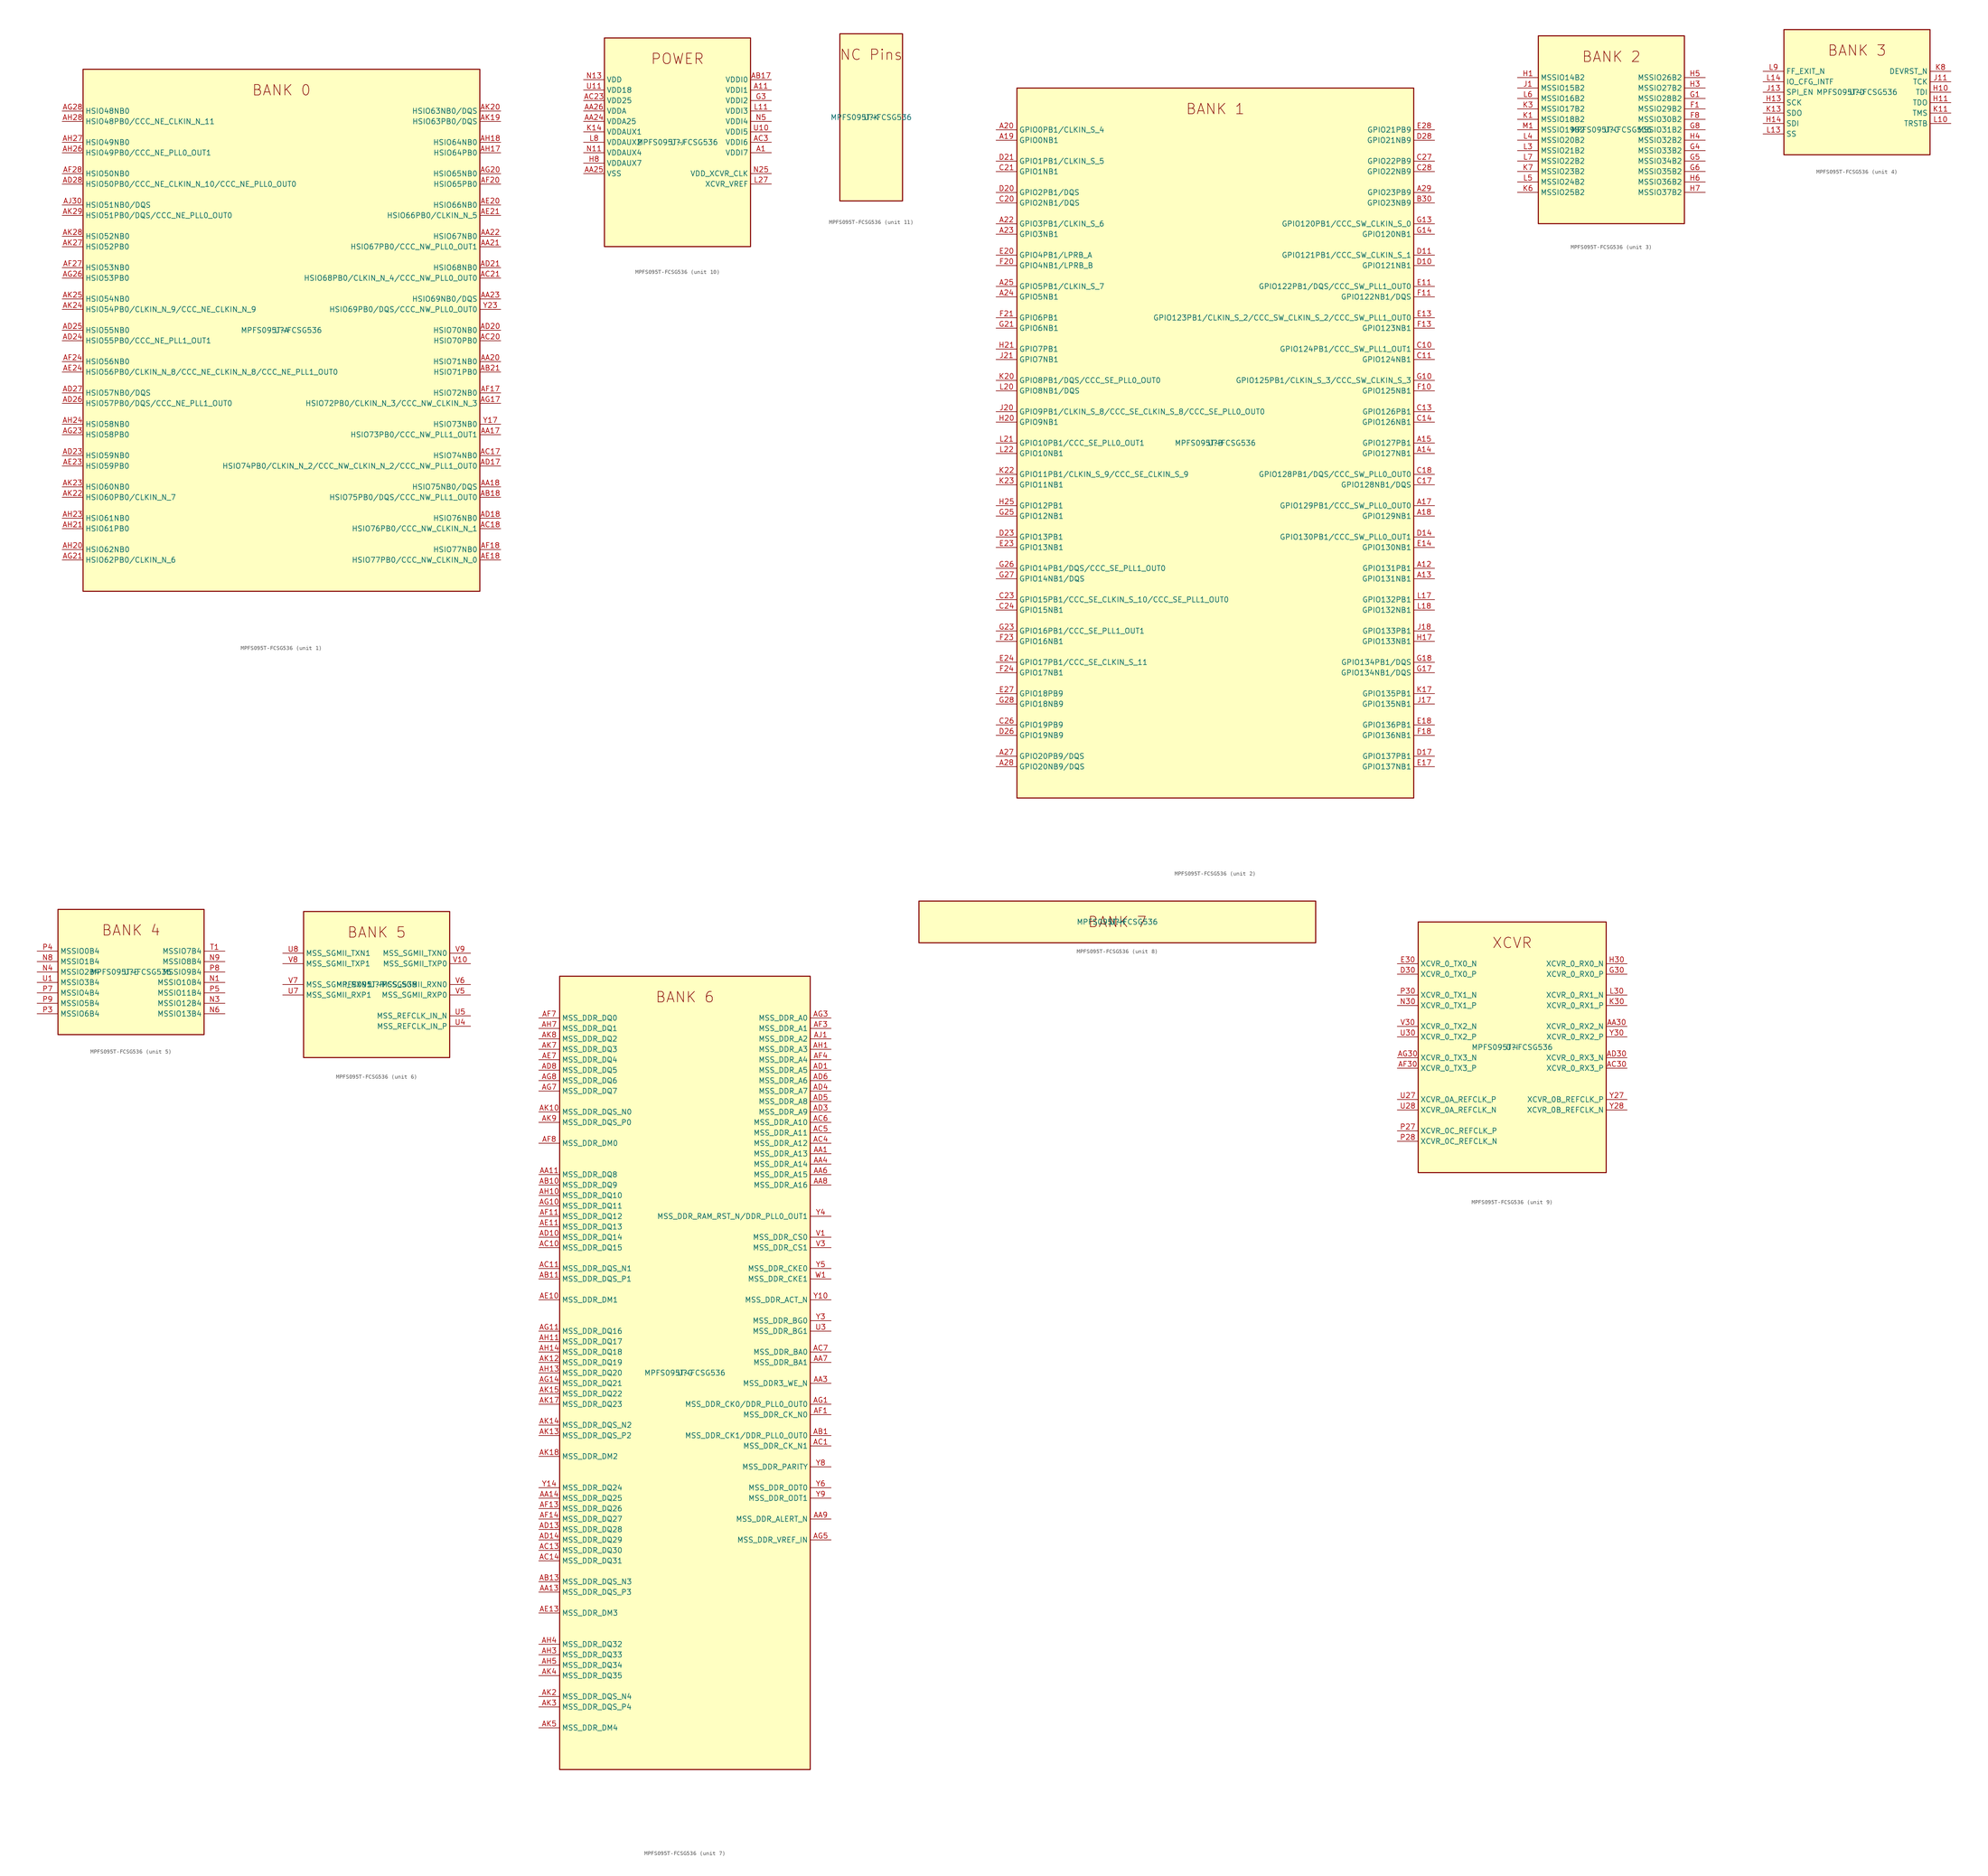
<source format=kicad_sym>
(kicad_symbol_lib
  (version 20211014)
  (generator kicad-library-utils)
  (symbol "MPFS095T-FCSG536"
    (property "Reference" "U"
      (at 0.0 0.0 0.0)
      (effects (font (size 1.27 1.27))))
    (property "Value" "MPFS095T-FCSG536"
      (at 0.0 0.0 0.0)
      (effects (font (size 1.27 1.27))))
    (property "ki_fp_filters" "Package?BGA:FCSG536?16x16mm?Layout30x30?P0.5mm*"
      (at 0.0 0.0 0.0)
      (effects (font (size 1.27 1.27))))
    (symbol "MPFS095T-FCSG536_1_1"
      (text "BANK 0" (at 0.0 58.42 0) (effects (font (size 2.54 2.54))))
      (rectangle (start -48.26 -63.5) (end 48.26 63.5) (stroke (width 0.254)) (fill (type background)))
      (pin bidirectional line (at -53.34 53.34 0) (length 5.08) (name "HSIO48NB0" (effects (font (size 1.27 1.27)))) (number "AG28" (effects (font (size 1.27 1.27)))))
      (pin bidirectional line (at -53.34 50.8 0) (length 5.08) (name "HSIO48PB0/CCC_NE_CLKIN_N_11" (effects (font (size 1.27 1.27)))) (number "AH28" (effects (font (size 1.27 1.27)))))
      (pin bidirectional line (at -53.34 45.72 0) (length 5.08) (name "HSIO49NB0" (effects (font (size 1.27 1.27)))) (number "AH27" (effects (font (size 1.27 1.27)))))
      (pin bidirectional line (at -53.34 43.18 0) (length 5.08) (name "HSIO49PB0/CCC_NE_PLL0_OUT1" (effects (font (size 1.27 1.27)))) (number "AH26" (effects (font (size 1.27 1.27)))))
      (pin bidirectional line (at -53.34 38.1 0) (length 5.08) (name "HSIO50NB0" (effects (font (size 1.27 1.27)))) (number "AF28" (effects (font (size 1.27 1.27)))))
      (pin bidirectional line (at -53.34 35.56 0) (length 5.08) (name "HSIO50PB0/CCC_NE_CLKIN_N_10/CCC_NE_PLL0_OUT0" (effects (font (size 1.27 1.27)))) (number "AD28" (effects (font (size 1.27 1.27)))))
      (pin bidirectional line (at -53.34 30.48 0) (length 5.08) (name "HSIO51NB0/DQS" (effects (font (size 1.27 1.27)))) (number "AJ30" (effects (font (size 1.27 1.27)))))
      (pin bidirectional line (at -53.34 27.94 0) (length 5.08) (name "HSIO51PB0/DQS/CCC_NE_PLL0_OUT0" (effects (font (size 1.27 1.27)))) (number "AK29" (effects (font (size 1.27 1.27)))))
      (pin bidirectional line (at -53.34 22.86 0) (length 5.08) (name "HSIO52NB0" (effects (font (size 1.27 1.27)))) (number "AK28" (effects (font (size 1.27 1.27)))))
      (pin bidirectional line (at -53.34 20.32 0) (length 5.08) (name "HSIO52PB0" (effects (font (size 1.27 1.27)))) (number "AK27" (effects (font (size 1.27 1.27)))))
      (pin bidirectional line (at -53.34 15.24 0) (length 5.08) (name "HSIO53NB0" (effects (font (size 1.27 1.27)))) (number "AF27" (effects (font (size 1.27 1.27)))))
      (pin bidirectional line (at -53.34 12.7 0) (length 5.08) (name "HSIO53PB0" (effects (font (size 1.27 1.27)))) (number "AG26" (effects (font (size 1.27 1.27)))))
      (pin bidirectional line (at -53.34 7.62 0) (length 5.08) (name "HSIO54NB0" (effects (font (size 1.27 1.27)))) (number "AK25" (effects (font (size 1.27 1.27)))))
      (pin bidirectional line (at -53.34 5.08 0) (length 5.08) (name "HSIO54PB0/CLKIN_N_9/CCC_NE_CLKIN_N_9" (effects (font (size 1.27 1.27)))) (number "AK24" (effects (font (size 1.27 1.27)))))
      (pin bidirectional line (at -53.34 0.0 0) (length 5.08) (name "HSIO55NB0" (effects (font (size 1.27 1.27)))) (number "AD25" (effects (font (size 1.27 1.27)))))
      (pin bidirectional line (at -53.34 -2.54 0) (length 5.08) (name "HSIO55PB0/CCC_NE_PLL1_OUT1" (effects (font (size 1.27 1.27)))) (number "AD24" (effects (font (size 1.27 1.27)))))
      (pin bidirectional line (at -53.34 -7.62 0) (length 5.08) (name "HSIO56NB0" (effects (font (size 1.27 1.27)))) (number "AF24" (effects (font (size 1.27 1.27)))))
      (pin bidirectional line (at -53.34 -10.16 0) (length 5.08) (name "HSIO56PB0/CLKIN_N_8/CCC_NE_CLKIN_N_8/CCC_NE_PLL1_OUT0" (effects (font (size 1.27 1.27)))) (number "AE24" (effects (font (size 1.27 1.27)))))
      (pin bidirectional line (at -53.34 -15.24 0) (length 5.08) (name "HSIO57NB0/DQS" (effects (font (size 1.27 1.27)))) (number "AD27" (effects (font (size 1.27 1.27)))))
      (pin bidirectional line (at -53.34 -17.78 0) (length 5.08) (name "HSIO57PB0/DQS/CCC_NE_PLL1_OUT0" (effects (font (size 1.27 1.27)))) (number "AD26" (effects (font (size 1.27 1.27)))))
      (pin bidirectional line (at -53.34 -22.86 0) (length 5.08) (name "HSIO58NB0" (effects (font (size 1.27 1.27)))) (number "AH24" (effects (font (size 1.27 1.27)))))
      (pin bidirectional line (at -53.34 -25.4 0) (length 5.08) (name "HSIO58PB0" (effects (font (size 1.27 1.27)))) (number "AG23" (effects (font (size 1.27 1.27)))))
      (pin bidirectional line (at -53.34 -30.48 0) (length 5.08) (name "HSIO59NB0" (effects (font (size 1.27 1.27)))) (number "AD23" (effects (font (size 1.27 1.27)))))
      (pin bidirectional line (at -53.34 -33.02 0) (length 5.08) (name "HSIO59PB0" (effects (font (size 1.27 1.27)))) (number "AE23" (effects (font (size 1.27 1.27)))))
      (pin bidirectional line (at -53.34 -38.1 0) (length 5.08) (name "HSIO60NB0" (effects (font (size 1.27 1.27)))) (number "AK23" (effects (font (size 1.27 1.27)))))
      (pin bidirectional line (at -53.34 -40.64 0) (length 5.08) (name "HSIO60PB0/CLKIN_N_7" (effects (font (size 1.27 1.27)))) (number "AK22" (effects (font (size 1.27 1.27)))))
      (pin bidirectional line (at -53.34 -45.72 0) (length 5.08) (name "HSIO61NB0" (effects (font (size 1.27 1.27)))) (number "AH23" (effects (font (size 1.27 1.27)))))
      (pin bidirectional line (at -53.34 -48.26 0) (length 5.08) (name "HSIO61PB0" (effects (font (size 1.27 1.27)))) (number "AH21" (effects (font (size 1.27 1.27)))))
      (pin bidirectional line (at -53.34 -53.34 0) (length 5.08) (name "HSIO62NB0" (effects (font (size 1.27 1.27)))) (number "AH20" (effects (font (size 1.27 1.27)))))
      (pin bidirectional line (at -53.34 -55.88 0) (length 5.08) (name "HSIO62PB0/CLKIN_N_6" (effects (font (size 1.27 1.27)))) (number "AG21" (effects (font (size 1.27 1.27)))))
      (pin bidirectional line (at 53.34 53.34 180) (length 5.08) (name "HSIO63NB0/DQS" (effects (font (size 1.27 1.27)))) (number "AK20" (effects (font (size 1.27 1.27)))))
      (pin bidirectional line (at 53.34 50.8 180) (length 5.08) (name "HSIO63PB0/DQS" (effects (font (size 1.27 1.27)))) (number "AK19" (effects (font (size 1.27 1.27)))))
      (pin bidirectional line (at 53.34 45.72 180) (length 5.08) (name "HSIO64NB0" (effects (font (size 1.27 1.27)))) (number "AH18" (effects (font (size 1.27 1.27)))))
      (pin bidirectional line (at 53.34 43.18 180) (length 5.08) (name "HSIO64PB0" (effects (font (size 1.27 1.27)))) (number "AH17" (effects (font (size 1.27 1.27)))))
      (pin bidirectional line (at 53.34 38.1 180) (length 5.08) (name "HSIO65NB0" (effects (font (size 1.27 1.27)))) (number "AG20" (effects (font (size 1.27 1.27)))))
      (pin bidirectional line (at 53.34 35.56 180) (length 5.08) (name "HSIO65PB0" (effects (font (size 1.27 1.27)))) (number "AF20" (effects (font (size 1.27 1.27)))))
      (pin bidirectional line (at 53.34 30.48 180) (length 5.08) (name "HSIO66NB0" (effects (font (size 1.27 1.27)))) (number "AE20" (effects (font (size 1.27 1.27)))))
      (pin bidirectional line (at 53.34 27.94 180) (length 5.08) (name "HSIO66PB0/CLKIN_N_5" (effects (font (size 1.27 1.27)))) (number "AE21" (effects (font (size 1.27 1.27)))))
      (pin bidirectional line (at 53.34 22.86 180) (length 5.08) (name "HSIO67NB0" (effects (font (size 1.27 1.27)))) (number "AA22" (effects (font (size 1.27 1.27)))))
      (pin bidirectional line (at 53.34 20.32 180) (length 5.08) (name "HSIO67PB0/CCC_NW_PLL0_OUT1" (effects (font (size 1.27 1.27)))) (number "AA21" (effects (font (size 1.27 1.27)))))
      (pin bidirectional line (at 53.34 15.24 180) (length 5.08) (name "HSIO68NB0" (effects (font (size 1.27 1.27)))) (number "AD21" (effects (font (size 1.27 1.27)))))
      (pin bidirectional line (at 53.34 12.7 180) (length 5.08) (name "HSIO68PB0/CLKIN_N_4/CCC_NW_PLL0_OUT0" (effects (font (size 1.27 1.27)))) (number "AC21" (effects (font (size 1.27 1.27)))))
      (pin bidirectional line (at 53.34 7.62 180) (length 5.08) (name "HSIO69NB0/DQS" (effects (font (size 1.27 1.27)))) (number "AA23" (effects (font (size 1.27 1.27)))))
      (pin bidirectional line (at 53.34 5.08 180) (length 5.08) (name "HSIO69PB0/DQS/CCC_NW_PLL0_OUT0" (effects (font (size 1.27 1.27)))) (number "Y23" (effects (font (size 1.27 1.27)))))
      (pin bidirectional line (at 53.34 0.0 180) (length 5.08) (name "HSIO70NB0" (effects (font (size 1.27 1.27)))) (number "AD20" (effects (font (size 1.27 1.27)))))
      (pin bidirectional line (at 53.34 -2.54 180) (length 5.08) (name "HSIO70PB0" (effects (font (size 1.27 1.27)))) (number "AC20" (effects (font (size 1.27 1.27)))))
      (pin bidirectional line (at 53.34 -7.62 180) (length 5.08) (name "HSIO71NB0" (effects (font (size 1.27 1.27)))) (number "AA20" (effects (font (size 1.27 1.27)))))
      (pin bidirectional line (at 53.34 -10.16 180) (length 5.08) (name "HSIO71PB0" (effects (font (size 1.27 1.27)))) (number "AB21" (effects (font (size 1.27 1.27)))))
      (pin bidirectional line (at 53.34 -15.24 180) (length 5.08) (name "HSIO72NB0" (effects (font (size 1.27 1.27)))) (number "AF17" (effects (font (size 1.27 1.27)))))
      (pin bidirectional line (at 53.34 -17.78 180) (length 5.08) (name "HSIO72PB0/CLKIN_N_3/CCC_NW_CLKIN_N_3" (effects (font (size 1.27 1.27)))) (number "AG17" (effects (font (size 1.27 1.27)))))
      (pin bidirectional line (at 53.34 -22.86 180) (length 5.08) (name "HSIO73NB0" (effects (font (size 1.27 1.27)))) (number "Y17" (effects (font (size 1.27 1.27)))))
      (pin bidirectional line (at 53.34 -25.4 180) (length 5.08) (name "HSIO73PB0/CCC_NW_PLL1_OUT1" (effects (font (size 1.27 1.27)))) (number "AA17" (effects (font (size 1.27 1.27)))))
      (pin bidirectional line (at 53.34 -30.48 180) (length 5.08) (name "HSIO74NB0" (effects (font (size 1.27 1.27)))) (number "AC17" (effects (font (size 1.27 1.27)))))
      (pin bidirectional line (at 53.34 -33.02 180) (length 5.08) (name "HSIO74PB0/CLKIN_N_2/CCC_NW_CLKIN_N_2/CCC_NW_PLL1_OUT0" (effects (font (size 1.27 1.27)))) (number "AD17" (effects (font (size 1.27 1.27)))))
      (pin bidirectional line (at 53.34 -38.1 180) (length 5.08) (name "HSIO75NB0/DQS" (effects (font (size 1.27 1.27)))) (number "AA18" (effects (font (size 1.27 1.27)))))
      (pin bidirectional line (at 53.34 -40.64 180) (length 5.08) (name "HSIO75PB0/DQS/CCC_NW_PLL1_OUT0" (effects (font (size 1.27 1.27)))) (number "AB18" (effects (font (size 1.27 1.27)))))
      (pin bidirectional line (at 53.34 -45.72 180) (length 5.08) (name "HSIO76NB0" (effects (font (size 1.27 1.27)))) (number "AD18" (effects (font (size 1.27 1.27)))))
      (pin bidirectional line (at 53.34 -48.26 180) (length 5.08) (name "HSIO76PB0/CCC_NW_CLKIN_N_1" (effects (font (size 1.27 1.27)))) (number "AC18" (effects (font (size 1.27 1.27)))))
      (pin bidirectional line (at 53.34 -53.34 180) (length 5.08) (name "HSIO77NB0" (effects (font (size 1.27 1.27)))) (number "AF18" (effects (font (size 1.27 1.27)))))
      (pin bidirectional line (at 53.34 -55.88 180) (length 5.08) (name "HSIO77PB0/CCC_NW_CLKIN_N_0" (effects (font (size 1.27 1.27)))) (number "AE18" (effects (font (size 1.27 1.27))))))
    (symbol "MPFS095T-FCSG536_2_1"
      (text "BANK 1" (at 0.0 81.28 0) (effects (font (size 2.54 2.54))))
      (rectangle (start -48.26 -86.36) (end 48.26 86.36) (stroke (width 0.254)) (fill (type background)))
      (pin bidirectional line (at -53.34 76.2 0) (length 5.08) (name "GPIO0PB1/CLKIN_S_4" (effects (font (size 1.27 1.27)))) (number "A20" (effects (font (size 1.27 1.27)))))
      (pin bidirectional line (at -53.34 73.66 0) (length 5.08) (name "GPIO0NB1" (effects (font (size 1.27 1.27)))) (number "A19" (effects (font (size 1.27 1.27)))))
      (pin bidirectional line (at -53.34 68.58 0) (length 5.08) (name "GPIO1PB1/CLKIN_S_5" (effects (font (size 1.27 1.27)))) (number "D21" (effects (font (size 1.27 1.27)))))
      (pin bidirectional line (at -53.34 66.04 0) (length 5.08) (name "GPIO1NB1" (effects (font (size 1.27 1.27)))) (number "C21" (effects (font (size 1.27 1.27)))))
      (pin bidirectional line (at -53.34 60.96 0) (length 5.08) (name "GPIO2PB1/DQS" (effects (font (size 1.27 1.27)))) (number "D20" (effects (font (size 1.27 1.27)))))
      (pin bidirectional line (at -53.34 58.42 0) (length 5.08) (name "GPIO2NB1/DQS" (effects (font (size 1.27 1.27)))) (number "C20" (effects (font (size 1.27 1.27)))))
      (pin bidirectional line (at -53.34 53.34 0) (length 5.08) (name "GPIO3PB1/CLKIN_S_6" (effects (font (size 1.27 1.27)))) (number "A22" (effects (font (size 1.27 1.27)))))
      (pin bidirectional line (at -53.34 50.8 0) (length 5.08) (name "GPIO3NB1" (effects (font (size 1.27 1.27)))) (number "A23" (effects (font (size 1.27 1.27)))))
      (pin bidirectional line (at -53.34 45.72 0) (length 5.08) (name "GPIO4PB1/LPRB_A" (effects (font (size 1.27 1.27)))) (number "E20" (effects (font (size 1.27 1.27)))))
      (pin bidirectional line (at -53.34 43.18 0) (length 5.08) (name "GPIO4NB1/LPRB_B" (effects (font (size 1.27 1.27)))) (number "F20" (effects (font (size 1.27 1.27)))))
      (pin bidirectional line (at -53.34 38.1 0) (length 5.08) (name "GPIO5PB1/CLKIN_S_7" (effects (font (size 1.27 1.27)))) (number "A25" (effects (font (size 1.27 1.27)))))
      (pin bidirectional line (at -53.34 35.56 0) (length 5.08) (name "GPIO5NB1" (effects (font (size 1.27 1.27)))) (number "A24" (effects (font (size 1.27 1.27)))))
      (pin bidirectional line (at -53.34 30.48 0) (length 5.08) (name "GPIO6PB1" (effects (font (size 1.27 1.27)))) (number "F21" (effects (font (size 1.27 1.27)))))
      (pin bidirectional line (at -53.34 27.94 0) (length 5.08) (name "GPIO6NB1" (effects (font (size 1.27 1.27)))) (number "G21" (effects (font (size 1.27 1.27)))))
      (pin bidirectional line (at -53.34 22.86 0) (length 5.08) (name "GPIO7PB1" (effects (font (size 1.27 1.27)))) (number "H21" (effects (font (size 1.27 1.27)))))
      (pin bidirectional line (at -53.34 20.32 0) (length 5.08) (name "GPIO7NB1" (effects (font (size 1.27 1.27)))) (number "J21" (effects (font (size 1.27 1.27)))))
      (pin bidirectional line (at -53.34 15.24 0) (length 5.08) (name "GPIO8PB1/DQS/CCC_SE_PLL0_OUT0" (effects (font (size 1.27 1.27)))) (number "K20" (effects (font (size 1.27 1.27)))))
      (pin bidirectional line (at -53.34 12.7 0) (length 5.08) (name "GPIO8NB1/DQS" (effects (font (size 1.27 1.27)))) (number "L20" (effects (font (size 1.27 1.27)))))
      (pin bidirectional line (at -53.34 7.62 0) (length 5.08) (name "GPIO9PB1/CLKIN_S_8/CCC_SE_CLKIN_S_8/CCC_SE_PLL0_OUT0" (effects (font (size 1.27 1.27)))) (number "J20" (effects (font (size 1.27 1.27)))))
      (pin bidirectional line (at -53.34 5.08 0) (length 5.08) (name "GPIO9NB1" (effects (font (size 1.27 1.27)))) (number "H20" (effects (font (size 1.27 1.27)))))
      (pin bidirectional line (at -53.34 0.0 0) (length 5.08) (name "GPIO10PB1/CCC_SE_PLL0_OUT1" (effects (font (size 1.27 1.27)))) (number "L21" (effects (font (size 1.27 1.27)))))
      (pin bidirectional line (at -53.34 -2.54 0) (length 5.08) (name "GPIO10NB1" (effects (font (size 1.27 1.27)))) (number "L22" (effects (font (size 1.27 1.27)))))
      (pin bidirectional line (at -53.34 -7.62 0) (length 5.08) (name "GPIO11PB1/CLKIN_S_9/CCC_SE_CLKIN_S_9" (effects (font (size 1.27 1.27)))) (number "K22" (effects (font (size 1.27 1.27)))))
      (pin bidirectional line (at -53.34 -10.16 0) (length 5.08) (name "GPIO11NB1" (effects (font (size 1.27 1.27)))) (number "K23" (effects (font (size 1.27 1.27)))))
      (pin bidirectional line (at -53.34 -15.24 0) (length 5.08) (name "GPIO12PB1" (effects (font (size 1.27 1.27)))) (number "H25" (effects (font (size 1.27 1.27)))))
      (pin bidirectional line (at -53.34 -17.78 0) (length 5.08) (name "GPIO12NB1" (effects (font (size 1.27 1.27)))) (number "G25" (effects (font (size 1.27 1.27)))))
      (pin bidirectional line (at -53.34 -22.86 0) (length 5.08) (name "GPIO13PB1" (effects (font (size 1.27 1.27)))) (number "D23" (effects (font (size 1.27 1.27)))))
      (pin bidirectional line (at -53.34 -25.4 0) (length 5.08) (name "GPIO13NB1" (effects (font (size 1.27 1.27)))) (number "E23" (effects (font (size 1.27 1.27)))))
      (pin bidirectional line (at -53.34 -30.48 0) (length 5.08) (name "GPIO14PB1/DQS/CCC_SE_PLL1_OUT0" (effects (font (size 1.27 1.27)))) (number "G26" (effects (font (size 1.27 1.27)))))
      (pin bidirectional line (at -53.34 -33.02 0) (length 5.08) (name "GPIO14NB1/DQS" (effects (font (size 1.27 1.27)))) (number "G27" (effects (font (size 1.27 1.27)))))
      (pin bidirectional line (at -53.34 -38.1 0) (length 5.08) (name "GPIO15PB1/CCC_SE_CLKIN_S_10/CCC_SE_PLL1_OUT0" (effects (font (size 1.27 1.27)))) (number "C23" (effects (font (size 1.27 1.27)))))
      (pin bidirectional line (at -53.34 -40.64 0) (length 5.08) (name "GPIO15NB1" (effects (font (size 1.27 1.27)))) (number "C24" (effects (font (size 1.27 1.27)))))
      (pin bidirectional line (at -53.34 -45.72 0) (length 5.08) (name "GPIO16PB1/CCC_SE_PLL1_OUT1" (effects (font (size 1.27 1.27)))) (number "G23" (effects (font (size 1.27 1.27)))))
      (pin bidirectional line (at -53.34 -48.26 0) (length 5.08) (name "GPIO16NB1" (effects (font (size 1.27 1.27)))) (number "F23" (effects (font (size 1.27 1.27)))))
      (pin bidirectional line (at -53.34 -53.34 0) (length 5.08) (name "GPIO17PB1/CCC_SE_CLKIN_S_11" (effects (font (size 1.27 1.27)))) (number "E24" (effects (font (size 1.27 1.27)))))
      (pin bidirectional line (at -53.34 -55.88 0) (length 5.08) (name "GPIO17NB1" (effects (font (size 1.27 1.27)))) (number "F24" (effects (font (size 1.27 1.27)))))
      (pin bidirectional line (at -53.34 -60.96 0) (length 5.08) (name "GPIO18PB9" (effects (font (size 1.27 1.27)))) (number "E27" (effects (font (size 1.27 1.27)))))
      (pin bidirectional line (at -53.34 -63.5 0) (length 5.08) (name "GPIO18NB9" (effects (font (size 1.27 1.27)))) (number "G28" (effects (font (size 1.27 1.27)))))
      (pin bidirectional line (at -53.34 -68.58 0) (length 5.08) (name "GPIO19PB9" (effects (font (size 1.27 1.27)))) (number "C26" (effects (font (size 1.27 1.27)))))
      (pin bidirectional line (at -53.34 -71.12 0) (length 5.08) (name "GPIO19NB9" (effects (font (size 1.27 1.27)))) (number "D26" (effects (font (size 1.27 1.27)))))
      (pin bidirectional line (at -53.34 -76.2 0) (length 5.08) (name "GPIO20PB9/DQS" (effects (font (size 1.27 1.27)))) (number "A27" (effects (font (size 1.27 1.27)))))
      (pin bidirectional line (at -53.34 -78.74 0) (length 5.08) (name "GPIO20NB9/DQS" (effects (font (size 1.27 1.27)))) (number "A28" (effects (font (size 1.27 1.27)))))
      (pin bidirectional line (at 53.34 76.2 180) (length 5.08) (name "GPIO21PB9" (effects (font (size 1.27 1.27)))) (number "E28" (effects (font (size 1.27 1.27)))))
      (pin bidirectional line (at 53.34 73.66 180) (length 5.08) (name "GPIO21NB9" (effects (font (size 1.27 1.27)))) (number "D28" (effects (font (size 1.27 1.27)))))
      (pin bidirectional line (at 53.34 68.58 180) (length 5.08) (name "GPIO22PB9" (effects (font (size 1.27 1.27)))) (number "C27" (effects (font (size 1.27 1.27)))))
      (pin bidirectional line (at 53.34 66.04 180) (length 5.08) (name "GPIO22NB9" (effects (font (size 1.27 1.27)))) (number "C28" (effects (font (size 1.27 1.27)))))
      (pin bidirectional line (at 53.34 60.96 180) (length 5.08) (name "GPIO23PB9" (effects (font (size 1.27 1.27)))) (number "A29" (effects (font (size 1.27 1.27)))))
      (pin bidirectional line (at 53.34 58.42 180) (length 5.08) (name "GPIO23NB9" (effects (font (size 1.27 1.27)))) (number "B30" (effects (font (size 1.27 1.27)))))
      (pin bidirectional line (at 53.34 53.34 180) (length 5.08) (name "GPIO120PB1/CCC_SW_CLKIN_S_0" (effects (font (size 1.27 1.27)))) (number "G13" (effects (font (size 1.27 1.27)))))
      (pin bidirectional line (at 53.34 50.8 180) (length 5.08) (name "GPIO120NB1" (effects (font (size 1.27 1.27)))) (number "G14" (effects (font (size 1.27 1.27)))))
      (pin bidirectional line (at 53.34 45.72 180) (length 5.08) (name "GPIO121PB1/CCC_SW_CLKIN_S_1" (effects (font (size 1.27 1.27)))) (number "D11" (effects (font (size 1.27 1.27)))))
      (pin bidirectional line (at 53.34 43.18 180) (length 5.08) (name "GPIO121NB1" (effects (font (size 1.27 1.27)))) (number "D10" (effects (font (size 1.27 1.27)))))
      (pin bidirectional line (at 53.34 38.1 180) (length 5.08) (name "GPIO122PB1/DQS/CCC_SW_PLL1_OUT0" (effects (font (size 1.27 1.27)))) (number "E11" (effects (font (size 1.27 1.27)))))
      (pin bidirectional line (at 53.34 35.56 180) (length 5.08) (name "GPIO122NB1/DQS" (effects (font (size 1.27 1.27)))) (number "F11" (effects (font (size 1.27 1.27)))))
      (pin bidirectional line (at 53.34 30.48 180) (length 5.08) (name "GPIO123PB1/CLKIN_S_2/CCC_SW_CLKIN_S_2/CCC_SW_PLL1_OUT0" (effects (font (size 1.27 1.27)))) (number "E13" (effects (font (size 1.27 1.27)))))
      (pin bidirectional line (at 53.34 27.94 180) (length 5.08) (name "GPIO123NB1" (effects (font (size 1.27 1.27)))) (number "F13" (effects (font (size 1.27 1.27)))))
      (pin bidirectional line (at 53.34 22.86 180) (length 5.08) (name "GPIO124PB1/CCC_SW_PLL1_OUT1" (effects (font (size 1.27 1.27)))) (number "C10" (effects (font (size 1.27 1.27)))))
      (pin bidirectional line (at 53.34 20.32 180) (length 5.08) (name "GPIO124NB1" (effects (font (size 1.27 1.27)))) (number "C11" (effects (font (size 1.27 1.27)))))
      (pin bidirectional line (at 53.34 15.24 180) (length 5.08) (name "GPIO125PB1/CLKIN_S_3/CCC_SW_CLKIN_S_3" (effects (font (size 1.27 1.27)))) (number "G10" (effects (font (size 1.27 1.27)))))
      (pin bidirectional line (at 53.34 12.7 180) (length 5.08) (name "GPIO125NB1" (effects (font (size 1.27 1.27)))) (number "F10" (effects (font (size 1.27 1.27)))))
      (pin bidirectional line (at 53.34 7.62 180) (length 5.08) (name "GPIO126PB1" (effects (font (size 1.27 1.27)))) (number "C13" (effects (font (size 1.27 1.27)))))
      (pin bidirectional line (at 53.34 5.08 180) (length 5.08) (name "GPIO126NB1" (effects (font (size 1.27 1.27)))) (number "C14" (effects (font (size 1.27 1.27)))))
      (pin bidirectional line (at 53.34 0.0 180) (length 5.08) (name "GPIO127PB1" (effects (font (size 1.27 1.27)))) (number "A15" (effects (font (size 1.27 1.27)))))
      (pin bidirectional line (at 53.34 -2.54 180) (length 5.08) (name "GPIO127NB1" (effects (font (size 1.27 1.27)))) (number "A14" (effects (font (size 1.27 1.27)))))
      (pin bidirectional line (at 53.34 -7.62 180) (length 5.08) (name "GPIO128PB1/DQS/CCC_SW_PLL0_OUT0" (effects (font (size 1.27 1.27)))) (number "C18" (effects (font (size 1.27 1.27)))))
      (pin bidirectional line (at 53.34 -10.16 180) (length 5.08) (name "GPIO128NB1/DQS" (effects (font (size 1.27 1.27)))) (number "C17" (effects (font (size 1.27 1.27)))))
      (pin bidirectional line (at 53.34 -15.24 180) (length 5.08) (name "GPIO129PB1/CCC_SW_PLL0_OUT0" (effects (font (size 1.27 1.27)))) (number "A17" (effects (font (size 1.27 1.27)))))
      (pin bidirectional line (at 53.34 -17.78 180) (length 5.08) (name "GPIO129NB1" (effects (font (size 1.27 1.27)))) (number "A18" (effects (font (size 1.27 1.27)))))
      (pin bidirectional line (at 53.34 -22.86 180) (length 5.08) (name "GPIO130PB1/CCC_SW_PLL0_OUT1" (effects (font (size 1.27 1.27)))) (number "D14" (effects (font (size 1.27 1.27)))))
      (pin bidirectional line (at 53.34 -25.4 180) (length 5.08) (name "GPIO130NB1" (effects (font (size 1.27 1.27)))) (number "E14" (effects (font (size 1.27 1.27)))))
      (pin bidirectional line (at 53.34 -30.48 180) (length 5.08) (name "GPIO131PB1" (effects (font (size 1.27 1.27)))) (number "A12" (effects (font (size 1.27 1.27)))))
      (pin bidirectional line (at 53.34 -33.02 180) (length 5.08) (name "GPIO131NB1" (effects (font (size 1.27 1.27)))) (number "A13" (effects (font (size 1.27 1.27)))))
      (pin bidirectional line (at 53.34 -38.1 180) (length 5.08) (name "GPIO132PB1" (effects (font (size 1.27 1.27)))) (number "L17" (effects (font (size 1.27 1.27)))))
      (pin bidirectional line (at 53.34 -40.64 180) (length 5.08) (name "GPIO132NB1" (effects (font (size 1.27 1.27)))) (number "L18" (effects (font (size 1.27 1.27)))))
      (pin bidirectional line (at 53.34 -45.72 180) (length 5.08) (name "GPIO133PB1" (effects (font (size 1.27 1.27)))) (number "J18" (effects (font (size 1.27 1.27)))))
      (pin bidirectional line (at 53.34 -48.26 180) (length 5.08) (name "GPIO133NB1" (effects (font (size 1.27 1.27)))) (number "H17" (effects (font (size 1.27 1.27)))))
      (pin bidirectional line (at 53.34 -53.34 180) (length 5.08) (name "GPIO134PB1/DQS" (effects (font (size 1.27 1.27)))) (number "G18" (effects (font (size 1.27 1.27)))))
      (pin bidirectional line (at 53.34 -55.88 180) (length 5.08) (name "GPIO134NB1/DQS" (effects (font (size 1.27 1.27)))) (number "G17" (effects (font (size 1.27 1.27)))))
      (pin bidirectional line (at 53.34 -60.96 180) (length 5.08) (name "GPIO135PB1" (effects (font (size 1.27 1.27)))) (number "K17" (effects (font (size 1.27 1.27)))))
      (pin bidirectional line (at 53.34 -63.5 180) (length 5.08) (name "GPIO135NB1" (effects (font (size 1.27 1.27)))) (number "J17" (effects (font (size 1.27 1.27)))))
      (pin bidirectional line (at 53.34 -68.58 180) (length 5.08) (name "GPIO136PB1" (effects (font (size 1.27 1.27)))) (number "E18" (effects (font (size 1.27 1.27)))))
      (pin bidirectional line (at 53.34 -71.12 180) (length 5.08) (name "GPIO136NB1" (effects (font (size 1.27 1.27)))) (number "F18" (effects (font (size 1.27 1.27)))))
      (pin bidirectional line (at 53.34 -76.2 180) (length 5.08) (name "GPIO137PB1" (effects (font (size 1.27 1.27)))) (number "D17" (effects (font (size 1.27 1.27)))))
      (pin bidirectional line (at 53.34 -78.74 180) (length 5.08) (name "GPIO137NB1" (effects (font (size 1.27 1.27)))) (number "E17" (effects (font (size 1.27 1.27))))))
    (symbol "MPFS095T-FCSG536_3_1"
      (text "BANK 2" (at 0.0 17.78 0) (effects (font (size 2.54 2.54))))
      (rectangle (start -17.78 -22.86) (end 17.78 22.86) (stroke (width 0.254)) (fill (type background)))
      (pin bidirectional line (at -22.86 12.7 0) (length 5.08) (name "MSSIO14B2" (effects (font (size 1.27 1.27)))) (number "H1" (effects (font (size 1.27 1.27)))))
      (pin bidirectional line (at -22.86 10.16 0) (length 5.08) (name "MSSIO15B2" (effects (font (size 1.27 1.27)))) (number "J1" (effects (font (size 1.27 1.27)))))
      (pin bidirectional line (at -22.86 7.62 0) (length 5.08) (name "MSSIO16B2" (effects (font (size 1.27 1.27)))) (number "L6" (effects (font (size 1.27 1.27)))))
      (pin bidirectional line (at -22.86 5.08 0) (length 5.08) (name "MSSIO17B2" (effects (font (size 1.27 1.27)))) (number "K3" (effects (font (size 1.27 1.27)))))
      (pin bidirectional line (at -22.86 2.54 0) (length 5.08) (name "MSSIO18B2" (effects (font (size 1.27 1.27)))) (number "K1" (effects (font (size 1.27 1.27)))))
      (pin bidirectional line (at -22.86 0.0 0) (length 5.08) (name "MSSIO19B2" (effects (font (size 1.27 1.27)))) (number "M1" (effects (font (size 1.27 1.27)))))
      (pin bidirectional line (at -22.86 -2.54 0) (length 5.08) (name "MSSIO20B2" (effects (font (size 1.27 1.27)))) (number "L4" (effects (font (size 1.27 1.27)))))
      (pin bidirectional line (at -22.86 -5.08 0) (length 5.08) (name "MSSIO21B2" (effects (font (size 1.27 1.27)))) (number "L3" (effects (font (size 1.27 1.27)))))
      (pin bidirectional line (at -22.86 -7.62 0) (length 5.08) (name "MSSIO22B2" (effects (font (size 1.27 1.27)))) (number "L7" (effects (font (size 1.27 1.27)))))
      (pin bidirectional line (at -22.86 -10.16 0) (length 5.08) (name "MSSIO23B2" (effects (font (size 1.27 1.27)))) (number "K7" (effects (font (size 1.27 1.27)))))
      (pin bidirectional line (at -22.86 -12.7 0) (length 5.08) (name "MSSIO24B2" (effects (font (size 1.27 1.27)))) (number "L5" (effects (font (size 1.27 1.27)))))
      (pin bidirectional line (at -22.86 -15.24 0) (length 5.08) (name "MSSIO25B2" (effects (font (size 1.27 1.27)))) (number "K6" (effects (font (size 1.27 1.27)))))
      (pin bidirectional line (at 22.86 12.7 180) (length 5.08) (name "MSSIO26B2" (effects (font (size 1.27 1.27)))) (number "H5" (effects (font (size 1.27 1.27)))))
      (pin bidirectional line (at 22.86 10.16 180) (length 5.08) (name "MSSIO27B2" (effects (font (size 1.27 1.27)))) (number "H3" (effects (font (size 1.27 1.27)))))
      (pin bidirectional line (at 22.86 7.62 180) (length 5.08) (name "MSSIO28B2" (effects (font (size 1.27 1.27)))) (number "G1" (effects (font (size 1.27 1.27)))))
      (pin bidirectional line (at 22.86 5.08 180) (length 5.08) (name "MSSIO29B2" (effects (font (size 1.27 1.27)))) (number "F1" (effects (font (size 1.27 1.27)))))
      (pin bidirectional line (at 22.86 2.54 180) (length 5.08) (name "MSSIO30B2" (effects (font (size 1.27 1.27)))) (number "F8" (effects (font (size 1.27 1.27)))))
      (pin bidirectional line (at 22.86 0.0 180) (length 5.08) (name "MSSIO31B2" (effects (font (size 1.27 1.27)))) (number "G8" (effects (font (size 1.27 1.27)))))
      (pin bidirectional line (at 22.86 -2.54 180) (length 5.08) (name "MSSIO32B2" (effects (font (size 1.27 1.27)))) (number "H4" (effects (font (size 1.27 1.27)))))
      (pin bidirectional line (at 22.86 -5.08 180) (length 5.08) (name "MSSIO33B2" (effects (font (size 1.27 1.27)))) (number "G4" (effects (font (size 1.27 1.27)))))
      (pin bidirectional line (at 22.86 -7.62 180) (length 5.08) (name "MSSIO34B2" (effects (font (size 1.27 1.27)))) (number "G5" (effects (font (size 1.27 1.27)))))
      (pin bidirectional line (at 22.86 -10.16 180) (length 5.08) (name "MSSIO35B2" (effects (font (size 1.27 1.27)))) (number "G6" (effects (font (size 1.27 1.27)))))
      (pin bidirectional line (at 22.86 -12.7 180) (length 5.08) (name "MSSIO36B2" (effects (font (size 1.27 1.27)))) (number "H6" (effects (font (size 1.27 1.27)))))
      (pin bidirectional line (at 22.86 -15.24 180) (length 5.08) (name "MSSIO37B2" (effects (font (size 1.27 1.27)))) (number "H7" (effects (font (size 1.27 1.27))))))
    (symbol "MPFS095T-FCSG536_4_1"
      (text "BANK 3" (at 0.0 10.16 0) (effects (font (size 2.54 2.54))))
      (rectangle (start -17.78 -15.24) (end 17.78 15.24) (stroke (width 0.254)) (fill (type background)))
      (pin input line (at -22.86 5.08 0) (length 5.08) (name "FF_EXIT_N" (effects (font (size 1.27 1.27)))) (number "L9" (effects (font (size 1.27 1.27)))))
      (pin input line (at -22.86 2.54 0) (length 5.08) (name "IO_CFG_INTF" (effects (font (size 1.27 1.27)))) (number "L14" (effects (font (size 1.27 1.27)))))
      (pin input line (at -22.86 0.0 0) (length 5.08) (name "SPI_EN" (effects (font (size 1.27 1.27)))) (number "J13" (effects (font (size 1.27 1.27)))))
      (pin bidirectional line (at -22.86 -2.54 0) (length 5.08) (name "SCK" (effects (font (size 1.27 1.27)))) (number "H13" (effects (font (size 1.27 1.27)))))
      (pin output line (at -22.86 -5.08 0) (length 5.08) (name "SDO" (effects (font (size 1.27 1.27)))) (number "K13" (effects (font (size 1.27 1.27)))))
      (pin input line (at -22.86 -7.62 0) (length 5.08) (name "SDI" (effects (font (size 1.27 1.27)))) (number "H14" (effects (font (size 1.27 1.27)))))
      (pin bidirectional line (at -22.86 -10.16 0) (length 5.08) (name "SS" (effects (font (size 1.27 1.27)))) (number "L13" (effects (font (size 1.27 1.27)))))
      (pin input line (at 22.86 5.08 180) (length 5.08) (name "DEVRST_N" (effects (font (size 1.27 1.27)))) (number "K8" (effects (font (size 1.27 1.27)))))
      (pin input line (at 22.86 2.54 180) (length 5.08) (name "TCK" (effects (font (size 1.27 1.27)))) (number "J11" (effects (font (size 1.27 1.27)))))
      (pin input line (at 22.86 0.0 180) (length 5.08) (name "TDI" (effects (font (size 1.27 1.27)))) (number "H10" (effects (font (size 1.27 1.27)))))
      (pin output line (at 22.86 -2.54 180) (length 5.08) (name "TDO" (effects (font (size 1.27 1.27)))) (number "H11" (effects (font (size 1.27 1.27)))))
      (pin input line (at 22.86 -5.08 180) (length 5.08) (name "TMS" (effects (font (size 1.27 1.27)))) (number "K11" (effects (font (size 1.27 1.27)))))
      (pin input line (at 22.86 -7.62 180) (length 5.08) (name "TRSTB" (effects (font (size 1.27 1.27)))) (number "L10" (effects (font (size 1.27 1.27))))))
    (symbol "MPFS095T-FCSG536_5_1"
      (text "BANK 4" (at 0.0 10.16 0) (effects (font (size 2.54 2.54))))
      (rectangle (start -17.78 -15.24) (end 17.78 15.24) (stroke (width 0.254)) (fill (type background)))
      (pin bidirectional line (at -22.86 5.08 0) (length 5.08) (name "MSSIO0B4" (effects (font (size 1.27 1.27)))) (number "P4" (effects (font (size 1.27 1.27)))))
      (pin bidirectional line (at -22.86 2.54 0) (length 5.08) (name "MSSIO1B4" (effects (font (size 1.27 1.27)))) (number "N8" (effects (font (size 1.27 1.27)))))
      (pin bidirectional line (at -22.86 0.0 0) (length 5.08) (name "MSSIO2B4" (effects (font (size 1.27 1.27)))) (number "N4" (effects (font (size 1.27 1.27)))))
      (pin bidirectional line (at -22.86 -2.54 0) (length 5.08) (name "MSSIO3B4" (effects (font (size 1.27 1.27)))) (number "U1" (effects (font (size 1.27 1.27)))))
      (pin bidirectional line (at -22.86 -5.08 0) (length 5.08) (name "MSSIO4B4" (effects (font (size 1.27 1.27)))) (number "P7" (effects (font (size 1.27 1.27)))))
      (pin bidirectional line (at -22.86 -7.62 0) (length 5.08) (name "MSSIO5B4" (effects (font (size 1.27 1.27)))) (number "P9" (effects (font (size 1.27 1.27)))))
      (pin bidirectional line (at -22.86 -10.16 0) (length 5.08) (name "MSSIO6B4" (effects (font (size 1.27 1.27)))) (number "P3" (effects (font (size 1.27 1.27)))))
      (pin bidirectional line (at 22.86 5.08 180) (length 5.08) (name "MSSIO7B4" (effects (font (size 1.27 1.27)))) (number "T1" (effects (font (size 1.27 1.27)))))
      (pin bidirectional line (at 22.86 2.54 180) (length 5.08) (name "MSSIO8B4" (effects (font (size 1.27 1.27)))) (number "N9" (effects (font (size 1.27 1.27)))))
      (pin bidirectional line (at 22.86 0.0 180) (length 5.08) (name "MSSIO9B4" (effects (font (size 1.27 1.27)))) (number "P8" (effects (font (size 1.27 1.27)))))
      (pin bidirectional line (at 22.86 -2.54 180) (length 5.08) (name "MSSIO10B4" (effects (font (size 1.27 1.27)))) (number "N1" (effects (font (size 1.27 1.27)))))
      (pin bidirectional line (at 22.86 -5.08 180) (length 5.08) (name "MSSIO11B4" (effects (font (size 1.27 1.27)))) (number "P5" (effects (font (size 1.27 1.27)))))
      (pin bidirectional line (at 22.86 -7.62 180) (length 5.08) (name "MSSIO12B4" (effects (font (size 1.27 1.27)))) (number "N3" (effects (font (size 1.27 1.27)))))
      (pin bidirectional line (at 22.86 -10.16 180) (length 5.08) (name "MSSIO13B4" (effects (font (size 1.27 1.27)))) (number "N6" (effects (font (size 1.27 1.27))))))
    (symbol "MPFS095T-FCSG536_6_1"
      (text "BANK 5" (at 0.0 12.7 0) (effects (font (size 2.54 2.54))))
      (rectangle (start -17.78 -17.78) (end 17.78 17.78) (stroke (width 0.254)) (fill (type background)))
      (pin bidirectional line (at -22.86 7.62 0) (length 5.08) (name "MSS_SGMII_TXN1" (effects (font (size 1.27 1.27)))) (number "U8" (effects (font (size 1.27 1.27)))))
      (pin bidirectional line (at -22.86 5.08 0) (length 5.08) (name "MSS_SGMII_TXP1" (effects (font (size 1.27 1.27)))) (number "V8" (effects (font (size 1.27 1.27)))))
      (pin bidirectional line (at -22.86 0.0 0) (length 5.08) (name "MSS_SGMII_RXN1" (effects (font (size 1.27 1.27)))) (number "V7" (effects (font (size 1.27 1.27)))))
      (pin bidirectional line (at -22.86 -2.54 0) (length 5.08) (name "MSS_SGMII_RXP1" (effects (font (size 1.27 1.27)))) (number "U7" (effects (font (size 1.27 1.27)))))
      (pin bidirectional line (at 22.86 7.62 180) (length 5.08) (name "MSS_SGMII_TXN0" (effects (font (size 1.27 1.27)))) (number "V9" (effects (font (size 1.27 1.27)))))
      (pin bidirectional line (at 22.86 5.08 180) (length 5.08) (name "MSS_SGMII_TXP0" (effects (font (size 1.27 1.27)))) (number "V10" (effects (font (size 1.27 1.27)))))
      (pin bidirectional line (at 22.86 0.0 180) (length 5.08) (name "MSS_SGMII_RXN0" (effects (font (size 1.27 1.27)))) (number "V6" (effects (font (size 1.27 1.27)))))
      (pin bidirectional line (at 22.86 -2.54 180) (length 5.08) (name "MSS_SGMII_RXP0" (effects (font (size 1.27 1.27)))) (number "V5" (effects (font (size 1.27 1.27)))))
      (pin bidirectional line (at 22.86 -7.62 180) (length 5.08) (name "MSS_REFCLK_IN_N" (effects (font (size 1.27 1.27)))) (number "U5" (effects (font (size 1.27 1.27)))))
      (pin bidirectional line (at 22.86 -10.16 180) (length 5.08) (name "MSS_REFCLK_IN_P" (effects (font (size 1.27 1.27)))) (number "U4" (effects (font (size 1.27 1.27))))))
    (symbol "MPFS095T-FCSG536_7_1"
      (text "BANK 6" (at 0.0 91.44 0) (effects (font (size 2.54 2.54))))
      (rectangle (start -30.48 -96.52) (end 30.48 96.52) (stroke (width 0.254)) (fill (type background)))
      (pin bidirectional line (at -35.56 86.36 0) (length 5.08) (name "MSS_DDR_DQ0" (effects (font (size 1.27 1.27)))) (number "AF7" (effects (font (size 1.27 1.27)))))
      (pin bidirectional line (at -35.56 83.82 0) (length 5.08) (name "MSS_DDR_DQ1" (effects (font (size 1.27 1.27)))) (number "AH7" (effects (font (size 1.27 1.27)))))
      (pin bidirectional line (at -35.56 81.28 0) (length 5.08) (name "MSS_DDR_DQ2" (effects (font (size 1.27 1.27)))) (number "AK8" (effects (font (size 1.27 1.27)))))
      (pin bidirectional line (at -35.56 78.74 0) (length 5.08) (name "MSS_DDR_DQ3" (effects (font (size 1.27 1.27)))) (number "AK7" (effects (font (size 1.27 1.27)))))
      (pin bidirectional line (at -35.56 76.2 0) (length 5.08) (name "MSS_DDR_DQ4" (effects (font (size 1.27 1.27)))) (number "AE7" (effects (font (size 1.27 1.27)))))
      (pin bidirectional line (at -35.56 73.66 0) (length 5.08) (name "MSS_DDR_DQ5" (effects (font (size 1.27 1.27)))) (number "AD8" (effects (font (size 1.27 1.27)))))
      (pin bidirectional line (at -35.56 71.12 0) (length 5.08) (name "MSS_DDR_DQ6" (effects (font (size 1.27 1.27)))) (number "AG8" (effects (font (size 1.27 1.27)))))
      (pin bidirectional line (at -35.56 68.58 0) (length 5.08) (name "MSS_DDR_DQ7" (effects (font (size 1.27 1.27)))) (number "AG7" (effects (font (size 1.27 1.27)))))
      (pin bidirectional line (at -35.56 63.5 0) (length 5.08) (name "MSS_DDR_DQS_N0" (effects (font (size 1.27 1.27)))) (number "AK10" (effects (font (size 1.27 1.27)))))
      (pin bidirectional line (at -35.56 60.96 0) (length 5.08) (name "MSS_DDR_DQS_P0" (effects (font (size 1.27 1.27)))) (number "AK9" (effects (font (size 1.27 1.27)))))
      (pin bidirectional line (at -35.56 55.88 0) (length 5.08) (name "MSS_DDR_DM0" (effects (font (size 1.27 1.27)))) (number "AF8" (effects (font (size 1.27 1.27)))))
      (pin bidirectional line (at -35.56 48.26 0) (length 5.08) (name "MSS_DDR_DQ8" (effects (font (size 1.27 1.27)))) (number "AA11" (effects (font (size 1.27 1.27)))))
      (pin bidirectional line (at -35.56 45.72 0) (length 5.08) (name "MSS_DDR_DQ9" (effects (font (size 1.27 1.27)))) (number "AB10" (effects (font (size 1.27 1.27)))))
      (pin bidirectional line (at -35.56 43.18 0) (length 5.08) (name "MSS_DDR_DQ10" (effects (font (size 1.27 1.27)))) (number "AH10" (effects (font (size 1.27 1.27)))))
      (pin bidirectional line (at -35.56 40.64 0) (length 5.08) (name "MSS_DDR_DQ11" (effects (font (size 1.27 1.27)))) (number "AG10" (effects (font (size 1.27 1.27)))))
      (pin bidirectional line (at -35.56 38.1 0) (length 5.08) (name "MSS_DDR_DQ12" (effects (font (size 1.27 1.27)))) (number "AF11" (effects (font (size 1.27 1.27)))))
      (pin bidirectional line (at -35.56 35.56 0) (length 5.08) (name "MSS_DDR_DQ13" (effects (font (size 1.27 1.27)))) (number "AE11" (effects (font (size 1.27 1.27)))))
      (pin bidirectional line (at -35.56 33.02 0) (length 5.08) (name "MSS_DDR_DQ14" (effects (font (size 1.27 1.27)))) (number "AD10" (effects (font (size 1.27 1.27)))))
      (pin bidirectional line (at -35.56 30.48 0) (length 5.08) (name "MSS_DDR_DQ15" (effects (font (size 1.27 1.27)))) (number "AC10" (effects (font (size 1.27 1.27)))))
      (pin bidirectional line (at -35.56 25.4 0) (length 5.08) (name "MSS_DDR_DQS_N1" (effects (font (size 1.27 1.27)))) (number "AC11" (effects (font (size 1.27 1.27)))))
      (pin bidirectional line (at -35.56 22.86 0) (length 5.08) (name "MSS_DDR_DQS_P1" (effects (font (size 1.27 1.27)))) (number "AB11" (effects (font (size 1.27 1.27)))))
      (pin bidirectional line (at -35.56 17.78 0) (length 5.08) (name "MSS_DDR_DM1" (effects (font (size 1.27 1.27)))) (number "AE10" (effects (font (size 1.27 1.27)))))
      (pin bidirectional line (at -35.56 10.16 0) (length 5.08) (name "MSS_DDR_DQ16" (effects (font (size 1.27 1.27)))) (number "AG11" (effects (font (size 1.27 1.27)))))
      (pin bidirectional line (at -35.56 7.62 0) (length 5.08) (name "MSS_DDR_DQ17" (effects (font (size 1.27 1.27)))) (number "AH11" (effects (font (size 1.27 1.27)))))
      (pin bidirectional line (at -35.56 5.08 0) (length 5.08) (name "MSS_DDR_DQ18" (effects (font (size 1.27 1.27)))) (number "AH14" (effects (font (size 1.27 1.27)))))
      (pin bidirectional line (at -35.56 2.54 0) (length 5.08) (name "MSS_DDR_DQ19" (effects (font (size 1.27 1.27)))) (number "AK12" (effects (font (size 1.27 1.27)))))
      (pin bidirectional line (at -35.56 0.0 0) (length 5.08) (name "MSS_DDR_DQ20" (effects (font (size 1.27 1.27)))) (number "AH13" (effects (font (size 1.27 1.27)))))
      (pin bidirectional line (at -35.56 -2.54 0) (length 5.08) (name "MSS_DDR_DQ21" (effects (font (size 1.27 1.27)))) (number "AG14" (effects (font (size 1.27 1.27)))))
      (pin bidirectional line (at -35.56 -5.08 0) (length 5.08) (name "MSS_DDR_DQ22" (effects (font (size 1.27 1.27)))) (number "AK15" (effects (font (size 1.27 1.27)))))
      (pin bidirectional line (at -35.56 -7.62 0) (length 5.08) (name "MSS_DDR_DQ23" (effects (font (size 1.27 1.27)))) (number "AK17" (effects (font (size 1.27 1.27)))))
      (pin bidirectional line (at -35.56 -12.7 0) (length 5.08) (name "MSS_DDR_DQS_N2" (effects (font (size 1.27 1.27)))) (number "AK14" (effects (font (size 1.27 1.27)))))
      (pin bidirectional line (at -35.56 -15.24 0) (length 5.08) (name "MSS_DDR_DQS_P2" (effects (font (size 1.27 1.27)))) (number "AK13" (effects (font (size 1.27 1.27)))))
      (pin bidirectional line (at -35.56 -20.32 0) (length 5.08) (name "MSS_DDR_DM2" (effects (font (size 1.27 1.27)))) (number "AK18" (effects (font (size 1.27 1.27)))))
      (pin bidirectional line (at -35.56 -27.94 0) (length 5.08) (name "MSS_DDR_DQ24" (effects (font (size 1.27 1.27)))) (number "Y14" (effects (font (size 1.27 1.27)))))
      (pin bidirectional line (at -35.56 -30.48 0) (length 5.08) (name "MSS_DDR_DQ25" (effects (font (size 1.27 1.27)))) (number "AA14" (effects (font (size 1.27 1.27)))))
      (pin bidirectional line (at -35.56 -33.02 0) (length 5.08) (name "MSS_DDR_DQ26" (effects (font (size 1.27 1.27)))) (number "AF13" (effects (font (size 1.27 1.27)))))
      (pin bidirectional line (at -35.56 -35.56 0) (length 5.08) (name "MSS_DDR_DQ27" (effects (font (size 1.27 1.27)))) (number "AF14" (effects (font (size 1.27 1.27)))))
      (pin bidirectional line (at -35.56 -38.1 0) (length 5.08) (name "MSS_DDR_DQ28" (effects (font (size 1.27 1.27)))) (number "AD13" (effects (font (size 1.27 1.27)))))
      (pin bidirectional line (at -35.56 -40.64 0) (length 5.08) (name "MSS_DDR_DQ29" (effects (font (size 1.27 1.27)))) (number "AD14" (effects (font (size 1.27 1.27)))))
      (pin bidirectional line (at -35.56 -43.18 0) (length 5.08) (name "MSS_DDR_DQ30" (effects (font (size 1.27 1.27)))) (number "AC13" (effects (font (size 1.27 1.27)))))
      (pin bidirectional line (at -35.56 -45.72 0) (length 5.08) (name "MSS_DDR_DQ31" (effects (font (size 1.27 1.27)))) (number "AC14" (effects (font (size 1.27 1.27)))))
      (pin bidirectional line (at -35.56 -50.8 0) (length 5.08) (name "MSS_DDR_DQS_N3" (effects (font (size 1.27 1.27)))) (number "AB13" (effects (font (size 1.27 1.27)))))
      (pin bidirectional line (at -35.56 -53.34 0) (length 5.08) (name "MSS_DDR_DQS_P3" (effects (font (size 1.27 1.27)))) (number "AA13" (effects (font (size 1.27 1.27)))))
      (pin bidirectional line (at -35.56 -58.42 0) (length 5.08) (name "MSS_DDR_DM3" (effects (font (size 1.27 1.27)))) (number "AE13" (effects (font (size 1.27 1.27)))))
      (pin bidirectional line (at -35.56 -66.04 0) (length 5.08) (name "MSS_DDR_DQ32" (effects (font (size 1.27 1.27)))) (number "AH4" (effects (font (size 1.27 1.27)))))
      (pin bidirectional line (at -35.56 -68.58 0) (length 5.08) (name "MSS_DDR_DQ33" (effects (font (size 1.27 1.27)))) (number "AH3" (effects (font (size 1.27 1.27)))))
      (pin bidirectional line (at -35.56 -71.12 0) (length 5.08) (name "MSS_DDR_DQ34" (effects (font (size 1.27 1.27)))) (number "AH5" (effects (font (size 1.27 1.27)))))
      (pin bidirectional line (at -35.56 -73.66 0) (length 5.08) (name "MSS_DDR_DQ35" (effects (font (size 1.27 1.27)))) (number "AK4" (effects (font (size 1.27 1.27)))))
      (pin bidirectional line (at -35.56 -78.74 0) (length 5.08) (name "MSS_DDR_DQS_N4" (effects (font (size 1.27 1.27)))) (number "AK2" (effects (font (size 1.27 1.27)))))
      (pin bidirectional line (at -35.56 -81.28 0) (length 5.08) (name "MSS_DDR_DQS_P4" (effects (font (size 1.27 1.27)))) (number "AK3" (effects (font (size 1.27 1.27)))))
      (pin bidirectional line (at -35.56 -86.36 0) (length 5.08) (name "MSS_DDR_DM4" (effects (font (size 1.27 1.27)))) (number "AK5" (effects (font (size 1.27 1.27)))))
      (pin bidirectional line (at 35.56 86.36 180) (length 5.08) (name "MSS_DDR_A0" (effects (font (size 1.27 1.27)))) (number "AG3" (effects (font (size 1.27 1.27)))))
      (pin bidirectional line (at 35.56 83.82 180) (length 5.08) (name "MSS_DDR_A1" (effects (font (size 1.27 1.27)))) (number "AF3" (effects (font (size 1.27 1.27)))))
      (pin bidirectional line (at 35.56 81.28 180) (length 5.08) (name "MSS_DDR_A2" (effects (font (size 1.27 1.27)))) (number "AJ1" (effects (font (size 1.27 1.27)))))
      (pin bidirectional line (at 35.56 78.74 180) (length 5.08) (name "MSS_DDR_A3" (effects (font (size 1.27 1.27)))) (number "AH1" (effects (font (size 1.27 1.27)))))
      (pin bidirectional line (at 35.56 76.2 180) (length 5.08) (name "MSS_DDR_A4" (effects (font (size 1.27 1.27)))) (number "AF4" (effects (font (size 1.27 1.27)))))
      (pin bidirectional line (at 35.56 73.66 180) (length 5.08) (name "MSS_DDR_A5" (effects (font (size 1.27 1.27)))) (number "AD1" (effects (font (size 1.27 1.27)))))
      (pin bidirectional line (at 35.56 71.12 180) (length 5.08) (name "MSS_DDR_A6" (effects (font (size 1.27 1.27)))) (number "AD6" (effects (font (size 1.27 1.27)))))
      (pin bidirectional line (at 35.56 68.58 180) (length 5.08) (name "MSS_DDR_A7" (effects (font (size 1.27 1.27)))) (number "AD4" (effects (font (size 1.27 1.27)))))
      (pin bidirectional line (at 35.56 66.04 180) (length 5.08) (name "MSS_DDR_A8" (effects (font (size 1.27 1.27)))) (number "AD5" (effects (font (size 1.27 1.27)))))
      (pin bidirectional line (at 35.56 63.5 180) (length 5.08) (name "MSS_DDR_A9" (effects (font (size 1.27 1.27)))) (number "AD3" (effects (font (size 1.27 1.27)))))
      (pin bidirectional line (at 35.56 60.96 180) (length 5.08) (name "MSS_DDR_A10" (effects (font (size 1.27 1.27)))) (number "AC6" (effects (font (size 1.27 1.27)))))
      (pin bidirectional line (at 35.56 58.42 180) (length 5.08) (name "MSS_DDR_A11" (effects (font (size 1.27 1.27)))) (number "AC5" (effects (font (size 1.27 1.27)))))
      (pin bidirectional line (at 35.56 55.88 180) (length 5.08) (name "MSS_DDR_A12" (effects (font (size 1.27 1.27)))) (number "AC4" (effects (font (size 1.27 1.27)))))
      (pin bidirectional line (at 35.56 53.34 180) (length 5.08) (name "MSS_DDR_A13" (effects (font (size 1.27 1.27)))) (number "AA1" (effects (font (size 1.27 1.27)))))
      (pin bidirectional line (at 35.56 50.8 180) (length 5.08) (name "MSS_DDR_A14" (effects (font (size 1.27 1.27)))) (number "AA4" (effects (font (size 1.27 1.27)))))
      (pin bidirectional line (at 35.56 48.26 180) (length 5.08) (name "MSS_DDR_A15" (effects (font (size 1.27 1.27)))) (number "AA6" (effects (font (size 1.27 1.27)))))
      (pin bidirectional line (at 35.56 45.72 180) (length 5.08) (name "MSS_DDR_A16" (effects (font (size 1.27 1.27)))) (number "AA8" (effects (font (size 1.27 1.27)))))
      (pin bidirectional line (at 35.56 38.1 180) (length 5.08) (name "MSS_DDR_RAM_RST_N/DDR_PLL0_OUT1" (effects (font (size 1.27 1.27)))) (number "Y4" (effects (font (size 1.27 1.27)))))
      (pin bidirectional line (at 35.56 33.02 180) (length 5.08) (name "MSS_DDR_CS0" (effects (font (size 1.27 1.27)))) (number "V1" (effects (font (size 1.27 1.27)))))
      (pin bidirectional line (at 35.56 30.48 180) (length 5.08) (name "MSS_DDR_CS1" (effects (font (size 1.27 1.27)))) (number "V3" (effects (font (size 1.27 1.27)))))
      (pin bidirectional line (at 35.56 25.4 180) (length 5.08) (name "MSS_DDR_CKE0" (effects (font (size 1.27 1.27)))) (number "Y5" (effects (font (size 1.27 1.27)))))
      (pin bidirectional line (at 35.56 22.86 180) (length 5.08) (name "MSS_DDR_CKE1" (effects (font (size 1.27 1.27)))) (number "W1" (effects (font (size 1.27 1.27)))))
      (pin bidirectional line (at 35.56 17.78 180) (length 5.08) (name "MSS_DDR_ACT_N" (effects (font (size 1.27 1.27)))) (number "Y10" (effects (font (size 1.27 1.27)))))
      (pin bidirectional line (at 35.56 12.7 180) (length 5.08) (name "MSS_DDR_BG0" (effects (font (size 1.27 1.27)))) (number "Y3" (effects (font (size 1.27 1.27)))))
      (pin bidirectional line (at 35.56 10.16 180) (length 5.08) (name "MSS_DDR_BG1" (effects (font (size 1.27 1.27)))) (number "U3" (effects (font (size 1.27 1.27)))))
      (pin bidirectional line (at 35.56 5.08 180) (length 5.08) (name "MSS_DDR_BA0" (effects (font (size 1.27 1.27)))) (number "AC7" (effects (font (size 1.27 1.27)))))
      (pin bidirectional line (at 35.56 2.54 180) (length 5.08) (name "MSS_DDR_BA1" (effects (font (size 1.27 1.27)))) (number "AA7" (effects (font (size 1.27 1.27)))))
      (pin bidirectional line (at 35.56 -2.54 180) (length 5.08) (name "MSS_DDR3_WE_N" (effects (font (size 1.27 1.27)))) (number "AA3" (effects (font (size 1.27 1.27)))))
      (pin bidirectional line (at 35.56 -7.62 180) (length 5.08) (name "MSS_DDR_CK0/DDR_PLL0_OUT0" (effects (font (size 1.27 1.27)))) (number "AG1" (effects (font (size 1.27 1.27)))))
      (pin bidirectional line (at 35.56 -10.16 180) (length 5.08) (name "MSS_DDR_CK_N0" (effects (font (size 1.27 1.27)))) (number "AF1" (effects (font (size 1.27 1.27)))))
      (pin bidirectional line (at 35.56 -15.24 180) (length 5.08) (name "MSS_DDR_CK1/DDR_PLL0_OUT0" (effects (font (size 1.27 1.27)))) (number "AB1" (effects (font (size 1.27 1.27)))))
      (pin bidirectional line (at 35.56 -17.78 180) (length 5.08) (name "MSS_DDR_CK_N1" (effects (font (size 1.27 1.27)))) (number "AC1" (effects (font (size 1.27 1.27)))))
      (pin bidirectional line (at 35.56 -22.86 180) (length 5.08) (name "MSS_DDR_PARITY" (effects (font (size 1.27 1.27)))) (number "Y8" (effects (font (size 1.27 1.27)))))
      (pin bidirectional line (at 35.56 -27.94 180) (length 5.08) (name "MSS_DDR_ODT0" (effects (font (size 1.27 1.27)))) (number "Y6" (effects (font (size 1.27 1.27)))))
      (pin bidirectional line (at 35.56 -30.48 180) (length 5.08) (name "MSS_DDR_ODT1" (effects (font (size 1.27 1.27)))) (number "Y9" (effects (font (size 1.27 1.27)))))
      (pin bidirectional line (at 35.56 -35.56 180) (length 5.08) (name "MSS_DDR_ALERT_N" (effects (font (size 1.27 1.27)))) (number "AA9" (effects (font (size 1.27 1.27)))))
      (pin input line (at 35.56 -40.64 180) (length 5.08) (name "MSS_DDR_VREF_IN" (effects (font (size 1.27 1.27)))) (number "AG5" (effects (font (size 1.27 1.27))))))
    (symbol "MPFS095T-FCSG536_8_1"
      (text "BANK 7" (at 0.0 0.0 0) (effects (font (size 2.54 2.54))))
      (rectangle (start -48.26 -5.08) (end 48.26 5.08) (stroke (width 0.254)) (fill (type background))))
    (symbol "MPFS095T-FCSG536_9_1"
      (text "XCVR" (at 0.0 25.4 0) (effects (font (size 2.54 2.54))))
      (rectangle (start -22.86 -30.48) (end 22.86 30.48) (stroke (width 0.254)) (fill (type background)))
      (pin output line (at -27.94 20.32 0) (length 5.08) (name "XCVR_0_TX0_N" (effects (font (size 1.27 1.27)))) (number "E30" (effects (font (size 1.27 1.27)))))
      (pin output line (at -27.94 17.78 0) (length 5.08) (name "XCVR_0_TX0_P" (effects (font (size 1.27 1.27)))) (number "D30" (effects (font (size 1.27 1.27)))))
      (pin output line (at -27.94 12.7 0) (length 5.08) (name "XCVR_0_TX1_N" (effects (font (size 1.27 1.27)))) (number "P30" (effects (font (size 1.27 1.27)))))
      (pin output line (at -27.94 10.16 0) (length 5.08) (name "XCVR_0_TX1_P" (effects (font (size 1.27 1.27)))) (number "N30" (effects (font (size 1.27 1.27)))))
      (pin output line (at -27.94 5.08 0) (length 5.08) (name "XCVR_0_TX2_N" (effects (font (size 1.27 1.27)))) (number "V30" (effects (font (size 1.27 1.27)))))
      (pin output line (at -27.94 2.54 0) (length 5.08) (name "XCVR_0_TX2_P" (effects (font (size 1.27 1.27)))) (number "U30" (effects (font (size 1.27 1.27)))))
      (pin output line (at -27.94 -2.54 0) (length 5.08) (name "XCVR_0_TX3_N" (effects (font (size 1.27 1.27)))) (number "AG30" (effects (font (size 1.27 1.27)))))
      (pin output line (at -27.94 -5.08 0) (length 5.08) (name "XCVR_0_TX3_P" (effects (font (size 1.27 1.27)))) (number "AF30" (effects (font (size 1.27 1.27)))))
      (pin input line (at -27.94 -12.7 0) (length 5.08) (name "XCVR_0A_REFCLK_P" (effects (font (size 1.27 1.27)))) (number "U27" (effects (font (size 1.27 1.27)))))
      (pin input line (at -27.94 -15.24 0) (length 5.08) (name "XCVR_0A_REFCLK_N" (effects (font (size 1.27 1.27)))) (number "U28" (effects (font (size 1.27 1.27)))))
      (pin input line (at -27.94 -20.32 0) (length 5.08) (name "XCVR_0C_REFCLK_P" (effects (font (size 1.27 1.27)))) (number "P27" (effects (font (size 1.27 1.27)))))
      (pin input line (at -27.94 -22.86 0) (length 5.08) (name "XCVR_0C_REFCLK_N" (effects (font (size 1.27 1.27)))) (number "P28" (effects (font (size 1.27 1.27)))))
      (pin input line (at 27.94 20.32 180) (length 5.08) (name "XCVR_0_RX0_N" (effects (font (size 1.27 1.27)))) (number "H30" (effects (font (size 1.27 1.27)))))
      (pin input line (at 27.94 17.78 180) (length 5.08) (name "XCVR_0_RX0_P" (effects (font (size 1.27 1.27)))) (number "G30" (effects (font (size 1.27 1.27)))))
      (pin input line (at 27.94 12.7 180) (length 5.08) (name "XCVR_0_RX1_N" (effects (font (size 1.27 1.27)))) (number "L30" (effects (font (size 1.27 1.27)))))
      (pin input line (at 27.94 10.16 180) (length 5.08) (name "XCVR_0_RX1_P" (effects (font (size 1.27 1.27)))) (number "K30" (effects (font (size 1.27 1.27)))))
      (pin input line (at 27.94 5.08 180) (length 5.08) (name "XCVR_0_RX2_N" (effects (font (size 1.27 1.27)))) (number "AA30" (effects (font (size 1.27 1.27)))))
      (pin input line (at 27.94 2.54 180) (length 5.08) (name "XCVR_0_RX2_P" (effects (font (size 1.27 1.27)))) (number "Y30" (effects (font (size 1.27 1.27)))))
      (pin input line (at 27.94 -2.54 180) (length 5.08) (name "XCVR_0_RX3_N" (effects (font (size 1.27 1.27)))) (number "AD30" (effects (font (size 1.27 1.27)))))
      (pin input line (at 27.94 -5.08 180) (length 5.08) (name "XCVR_0_RX3_P" (effects (font (size 1.27 1.27)))) (number "AC30" (effects (font (size 1.27 1.27)))))
      (pin input line (at 27.94 -12.7 180) (length 5.08) (name "XCVR_0B_REFCLK_P" (effects (font (size 1.27 1.27)))) (number "Y27" (effects (font (size 1.27 1.27)))))
      (pin input line (at 27.94 -15.24 180) (length 5.08) (name "XCVR_0B_REFCLK_N" (effects (font (size 1.27 1.27)))) (number "Y28" (effects (font (size 1.27 1.27))))))
    (symbol "MPFS095T-FCSG536_10_1"
      (text "POWER" (at 0.0 20.32 0) (effects (font (size 2.54 2.54))))
      (rectangle (start -17.78 -25.4) (end 17.78 25.4) (stroke (width 0.254)) (fill (type background)))
      (pin power_in line (at -22.86 15.24 0) (length 5.08) (name "VDD" (effects (font (size 1.27 1.27)))) (number "N13" (effects (font (size 1.27 1.27)))))
      (pin passive line (at -22.86 15.24 0) (length 5.08) hide (name "VDD" (effects (font (size 1.27 1.27)))) (number "N18" (effects (font (size 1.27 1.27)))))
      (pin passive line (at -22.86 15.24 0) (length 5.08) hide (name "VDD" (effects (font (size 1.27 1.27)))) (number "N20" (effects (font (size 1.27 1.27)))))
      (pin passive line (at -22.86 15.24 0) (length 5.08) hide (name "VDD" (effects (font (size 1.27 1.27)))) (number "N22" (effects (font (size 1.27 1.27)))))
      (pin passive line (at -22.86 15.24 0) (length 5.08) hide (name "VDD" (effects (font (size 1.27 1.27)))) (number "P12" (effects (font (size 1.27 1.27)))))
      (pin passive line (at -22.86 15.24 0) (length 5.08) hide (name "VDD" (effects (font (size 1.27 1.27)))) (number "P14" (effects (font (size 1.27 1.27)))))
      (pin passive line (at -22.86 15.24 0) (length 5.08) hide (name "VDD" (effects (font (size 1.27 1.27)))) (number "P19" (effects (font (size 1.27 1.27)))))
      (pin passive line (at -22.86 15.24 0) (length 5.08) hide (name "VDD" (effects (font (size 1.27 1.27)))) (number "P21" (effects (font (size 1.27 1.27)))))
      (pin passive line (at -22.86 15.24 0) (length 5.08) hide (name "VDD" (effects (font (size 1.27 1.27)))) (number "U12" (effects (font (size 1.27 1.27)))))
      (pin passive line (at -22.86 15.24 0) (length 5.08) hide (name "VDD" (effects (font (size 1.27 1.27)))) (number "U17" (effects (font (size 1.27 1.27)))))
      (pin passive line (at -22.86 15.24 0) (length 5.08) hide (name "VDD" (effects (font (size 1.27 1.27)))) (number "U19" (effects (font (size 1.27 1.27)))))
      (pin passive line (at -22.86 15.24 0) (length 5.08) hide (name "VDD" (effects (font (size 1.27 1.27)))) (number "U21" (effects (font (size 1.27 1.27)))))
      (pin passive line (at -22.86 15.24 0) (length 5.08) hide (name "VDD" (effects (font (size 1.27 1.27)))) (number "V13" (effects (font (size 1.27 1.27)))))
      (pin passive line (at -22.86 15.24 0) (length 5.08) hide (name "VDD" (effects (font (size 1.27 1.27)))) (number "V18" (effects (font (size 1.27 1.27)))))
      (pin passive line (at -22.86 15.24 0) (length 5.08) hide (name "VDD" (effects (font (size 1.27 1.27)))) (number "V20" (effects (font (size 1.27 1.27)))))
      (pin passive line (at -22.86 15.24 0) (length 5.08) hide (name "VDD" (effects (font (size 1.27 1.27)))) (number "V22" (effects (font (size 1.27 1.27)))))
      (pin power_in line (at -22.86 12.7 0) (length 5.08) (name "VDD18" (effects (font (size 1.27 1.27)))) (number "U11" (effects (font (size 1.27 1.27)))))
      (pin passive line (at -22.86 12.7 0) (length 5.08) hide (name "VDD18" (effects (font (size 1.27 1.27)))) (number "V11" (effects (font (size 1.27 1.27)))))
      (pin passive line (at -22.86 12.7 0) (length 5.08) hide (name "VDD18" (effects (font (size 1.27 1.27)))) (number "W14" (effects (font (size 1.27 1.27)))))
      (pin passive line (at -22.86 12.7 0) (length 5.08) hide (name "VDD18" (effects (font (size 1.27 1.27)))) (number "W17" (effects (font (size 1.27 1.27)))))
      (pin passive line (at -22.86 12.7 0) (length 5.08) hide (name "VDD18" (effects (font (size 1.27 1.27)))) (number "Y11" (effects (font (size 1.27 1.27)))))
      (pin passive line (at -22.86 12.7 0) (length 5.08) hide (name "VDD18" (effects (font (size 1.27 1.27)))) (number "Y20" (effects (font (size 1.27 1.27)))))
      (pin passive line (at -22.86 12.7 0) (length 5.08) hide (name "VDD18" (effects (font (size 1.27 1.27)))) (number "Y22" (effects (font (size 1.27 1.27)))))
      (pin power_in line (at -22.86 10.16 0) (length 5.08) (name "VDD25" (effects (font (size 1.27 1.27)))) (number "AC23" (effects (font (size 1.27 1.27)))))
      (pin passive line (at -22.86 10.16 0) (length 5.08) hide (name "VDD25" (effects (font (size 1.27 1.27)))) (number "AC8" (effects (font (size 1.27 1.27)))))
      (pin passive line (at -22.86 10.16 0) (length 5.08) hide (name "VDD25" (effects (font (size 1.27 1.27)))) (number "H23" (effects (font (size 1.27 1.27)))))
      (pin passive line (at -22.86 10.16 0) (length 5.08) hide (name "VDD25" (effects (font (size 1.27 1.27)))) (number "J10" (effects (font (size 1.27 1.27)))))
      (pin passive line (at -22.86 10.16 0) (length 5.08) hide (name "VDD25" (effects (font (size 1.27 1.27)))) (number "P17" (effects (font (size 1.27 1.27)))))
      (pin passive line (at -22.86 10.16 0) (length 5.08) hide (name "VDD25" (effects (font (size 1.27 1.27)))) (number "U14" (effects (font (size 1.27 1.27)))))
      (pin power_in line (at -22.86 7.62 0) (length 5.08) (name "VDDA" (effects (font (size 1.27 1.27)))) (number "AA26" (effects (font (size 1.27 1.27)))))
      (pin passive line (at -22.86 7.62 0) (length 5.08) hide (name "VDDA" (effects (font (size 1.27 1.27)))) (number "AC27" (effects (font (size 1.27 1.27)))))
      (pin passive line (at -22.86 7.62 0) (length 5.08) hide (name "VDDA" (effects (font (size 1.27 1.27)))) (number "H27" (effects (font (size 1.27 1.27)))))
      (pin passive line (at -22.86 7.62 0) (length 5.08) hide (name "VDDA" (effects (font (size 1.27 1.27)))) (number "K26" (effects (font (size 1.27 1.27)))))
      (pin passive line (at -22.86 7.62 0) (length 5.08) hide (name "VDDA" (effects (font (size 1.27 1.27)))) (number "L25" (effects (font (size 1.27 1.27)))))
      (pin passive line (at -22.86 7.62 0) (length 5.08) hide (name "VDDA" (effects (font (size 1.27 1.27)))) (number "N24" (effects (font (size 1.27 1.27)))))
      (pin passive line (at -22.86 7.62 0) (length 5.08) hide (name "VDDA" (effects (font (size 1.27 1.27)))) (number "P26" (effects (font (size 1.27 1.27)))))
      (pin passive line (at -22.86 7.62 0) (length 5.08) hide (name "VDDA" (effects (font (size 1.27 1.27)))) (number "U26" (effects (font (size 1.27 1.27)))))
      (pin passive line (at -22.86 7.62 0) (length 5.08) hide (name "VDDA" (effects (font (size 1.27 1.27)))) (number "V24" (effects (font (size 1.27 1.27)))))
      (pin passive line (at -22.86 7.62 0) (length 5.08) hide (name "VDDA" (effects (font (size 1.27 1.27)))) (number "Y25" (effects (font (size 1.27 1.27)))))
      (pin power_in line (at -22.86 5.08 0) (length 5.08) (name "VDDA25" (effects (font (size 1.27 1.27)))) (number "AA24" (effects (font (size 1.27 1.27)))))
      (pin passive line (at -22.86 5.08 0) (length 5.08) hide (name "VDDA25" (effects (font (size 1.27 1.27)))) (number "K24" (effects (font (size 1.27 1.27)))))
      (pin passive line (at -22.86 5.08 0) (length 5.08) hide (name "VDDA25" (effects (font (size 1.27 1.27)))) (number "P23" (effects (font (size 1.27 1.27)))))
      (pin passive line (at -22.86 5.08 0) (length 5.08) hide (name "VDDA25" (effects (font (size 1.27 1.27)))) (number "U23" (effects (font (size 1.27 1.27)))))
      (pin power_in line (at -22.86 2.54 0) (length 5.08) (name "VDDAUX1" (effects (font (size 1.27 1.27)))) (number "K14" (effects (font (size 1.27 1.27)))))
      (pin passive line (at -22.86 2.54 0) (length 5.08) hide (name "VDDAUX1" (effects (font (size 1.27 1.27)))) (number "K18" (effects (font (size 1.27 1.27)))))
      (pin passive line (at -22.86 2.54 0) (length 5.08) hide (name "VDDAUX1" (effects (font (size 1.27 1.27)))) (number "M14" (effects (font (size 1.27 1.27)))))
      (pin passive line (at -22.86 2.54 0) (length 5.08) hide (name "VDDAUX1" (effects (font (size 1.27 1.27)))) (number "M17" (effects (font (size 1.27 1.27)))))
      (pin power_in line (at -22.86 0.0 0) (length 5.08) (name "VDDAUX2" (effects (font (size 1.27 1.27)))) (number "L8" (effects (font (size 1.27 1.27)))))
      (pin passive line (at -22.86 0.0 0) (length 5.08) hide (name "VDDAUX2" (effects (font (size 1.27 1.27)))) (number "N7" (effects (font (size 1.27 1.27)))))
      (pin power_in line (at -22.86 -2.54 0) (length 5.08) (name "VDDAUX4" (effects (font (size 1.27 1.27)))) (number "N11" (effects (font (size 1.27 1.27)))))
      (pin passive line (at -22.86 -2.54 0) (length 5.08) hide (name "VDDAUX4" (effects (font (size 1.27 1.27)))) (number "P10" (effects (font (size 1.27 1.27)))))
      (pin power_in line (at -22.86 -5.08 0) (length 5.08) (name "VDDAUX7" (effects (font (size 1.27 1.27)))) (number "H8" (effects (font (size 1.27 1.27)))))
      (pin passive line (at -22.86 -5.08 0) (length 5.08) hide (name "VDDAUX7" (effects (font (size 1.27 1.27)))) (number "K9" (effects (font (size 1.27 1.27)))))
      (pin power_in line (at -22.86 -7.62 0) (length 5.08) (name "VSS" (effects (font (size 1.27 1.27)))) (number "AA25" (effects (font (size 1.27 1.27)))))
      (pin passive line (at -22.86 -7.62 0) (length 5.08) hide (name "VSS" (effects (font (size 1.27 1.27)))) (number "AA27" (effects (font (size 1.27 1.27)))))
      (pin passive line (at -22.86 -7.62 0) (length 5.08) hide (name "VSS" (effects (font (size 1.27 1.27)))) (number "AA28" (effects (font (size 1.27 1.27)))))
      (pin passive line (at -22.86 -7.62 0) (length 5.08) hide (name "VSS" (effects (font (size 1.27 1.27)))) (number "AB30" (effects (font (size 1.27 1.27)))))
      (pin passive line (at -22.86 -7.62 0) (length 5.08) hide (name "VSS" (effects (font (size 1.27 1.27)))) (number "AC26" (effects (font (size 1.27 1.27)))))
      (pin passive line (at -22.86 -7.62 0) (length 5.08) hide (name "VSS" (effects (font (size 1.27 1.27)))) (number "AC28" (effects (font (size 1.27 1.27)))))
      (pin passive line (at -22.86 -7.62 0) (length 5.08) hide (name "VSS" (effects (font (size 1.27 1.27)))) (number "AE30" (effects (font (size 1.27 1.27)))))
      (pin passive line (at -22.86 -7.62 0) (length 5.08) hide (name "VSS" (effects (font (size 1.27 1.27)))) (number "AH30" (effects (font (size 1.27 1.27)))))
      (pin passive line (at -22.86 -7.62 0) (length 5.08) hide (name "VSS" (effects (font (size 1.27 1.27)))) (number "C30" (effects (font (size 1.27 1.27)))))
      (pin passive line (at -22.86 -7.62 0) (length 5.08) hide (name "VSS" (effects (font (size 1.27 1.27)))) (number "F30" (effects (font (size 1.27 1.27)))))
      (pin passive line (at -22.86 -7.62 0) (length 5.08) hide (name "VSS" (effects (font (size 1.27 1.27)))) (number "H26" (effects (font (size 1.27 1.27)))))
      (pin passive line (at -22.86 -7.62 0) (length 5.08) hide (name "VSS" (effects (font (size 1.27 1.27)))) (number "H28" (effects (font (size 1.27 1.27)))))
      (pin passive line (at -22.86 -7.62 0) (length 5.08) hide (name "VSS" (effects (font (size 1.27 1.27)))) (number "J30" (effects (font (size 1.27 1.27)))))
      (pin passive line (at -22.86 -7.62 0) (length 5.08) hide (name "VSS" (effects (font (size 1.27 1.27)))) (number "K25" (effects (font (size 1.27 1.27)))))
      (pin passive line (at -22.86 -7.62 0) (length 5.08) hide (name "VSS" (effects (font (size 1.27 1.27)))) (number "K27" (effects (font (size 1.27 1.27)))))
      (pin passive line (at -22.86 -7.62 0) (length 5.08) hide (name "VSS" (effects (font (size 1.27 1.27)))) (number "K28" (effects (font (size 1.27 1.27)))))
      (pin passive line (at -22.86 -7.62 0) (length 5.08) hide (name "VSS" (effects (font (size 1.27 1.27)))) (number "L24" (effects (font (size 1.27 1.27)))))
      (pin passive line (at -22.86 -7.62 0) (length 5.08) hide (name "VSS" (effects (font (size 1.27 1.27)))) (number "L26" (effects (font (size 1.27 1.27)))))
      (pin passive line (at -22.86 -7.62 0) (length 5.08) hide (name "VSS" (effects (font (size 1.27 1.27)))) (number "M30" (effects (font (size 1.27 1.27)))))
      (pin passive line (at -22.86 -7.62 0) (length 5.08) hide (name "VSS" (effects (font (size 1.27 1.27)))) (number "N23" (effects (font (size 1.27 1.27)))))
      (pin passive line (at -22.86 -7.62 0) (length 5.08) hide (name "VSS" (effects (font (size 1.27 1.27)))) (number "N26" (effects (font (size 1.27 1.27)))))
      (pin passive line (at -22.86 -7.62 0) (length 5.08) hide (name "VSS" (effects (font (size 1.27 1.27)))) (number "N27" (effects (font (size 1.27 1.27)))))
      (pin passive line (at -22.86 -7.62 0) (length 5.08) hide (name "VSS" (effects (font (size 1.27 1.27)))) (number "N28" (effects (font (size 1.27 1.27)))))
      (pin passive line (at -22.86 -7.62 0) (length 5.08) hide (name "VSS" (effects (font (size 1.27 1.27)))) (number "P24" (effects (font (size 1.27 1.27)))))
      (pin passive line (at -22.86 -7.62 0) (length 5.08) hide (name "VSS" (effects (font (size 1.27 1.27)))) (number "P25" (effects (font (size 1.27 1.27)))))
      (pin passive line (at -22.86 -7.62 0) (length 5.08) hide (name "VSS" (effects (font (size 1.27 1.27)))) (number "R30" (effects (font (size 1.27 1.27)))))
      (pin passive line (at -22.86 -7.62 0) (length 5.08) hide (name "VSS" (effects (font (size 1.27 1.27)))) (number "T30" (effects (font (size 1.27 1.27)))))
      (pin passive line (at -22.86 -7.62 0) (length 5.08) hide (name "VSS" (effects (font (size 1.27 1.27)))) (number "U24" (effects (font (size 1.27 1.27)))))
      (pin passive line (at -22.86 -7.62 0) (length 5.08) hide (name "VSS" (effects (font (size 1.27 1.27)))) (number "U25" (effects (font (size 1.27 1.27)))))
      (pin passive line (at -22.86 -7.62 0) (length 5.08) hide (name "VSS" (effects (font (size 1.27 1.27)))) (number "V23" (effects (font (size 1.27 1.27)))))
      (pin passive line (at -22.86 -7.62 0) (length 5.08) hide (name "VSS" (effects (font (size 1.27 1.27)))) (number "V26" (effects (font (size 1.27 1.27)))))
      (pin passive line (at -22.86 -7.62 0) (length 5.08) hide (name "VSS" (effects (font (size 1.27 1.27)))) (number "V27" (effects (font (size 1.27 1.27)))))
      (pin passive line (at -22.86 -7.62 0) (length 5.08) hide (name "VSS" (effects (font (size 1.27 1.27)))) (number "V28" (effects (font (size 1.27 1.27)))))
      (pin passive line (at -22.86 -7.62 0) (length 5.08) hide (name "VSS" (effects (font (size 1.27 1.27)))) (number "W30" (effects (font (size 1.27 1.27)))))
      (pin passive line (at -22.86 -7.62 0) (length 5.08) hide (name "VSS" (effects (font (size 1.27 1.27)))) (number "Y24" (effects (font (size 1.27 1.27)))))
      (pin passive line (at -22.86 -7.62 0) (length 5.08) hide (name "VSS" (effects (font (size 1.27 1.27)))) (number "Y26" (effects (font (size 1.27 1.27)))))
      (pin passive line (at -22.86 -7.62 0) (length 5.08) hide (name "VSS" (effects (font (size 1.27 1.27)))) (number "A16" (effects (font (size 1.27 1.27)))))
      (pin passive line (at -22.86 -7.62 0) (length 5.08) hide (name "VSS" (effects (font (size 1.27 1.27)))) (number "A26" (effects (font (size 1.27 1.27)))))
      (pin passive line (at -22.86 -7.62 0) (length 5.08) hide (name "VSS" (effects (font (size 1.27 1.27)))) (number "A6" (effects (font (size 1.27 1.27)))))
      (pin passive line (at -22.86 -7.62 0) (length 5.08) hide (name "VSS" (effects (font (size 1.27 1.27)))) (number "AA10" (effects (font (size 1.27 1.27)))))
      (pin passive line (at -22.86 -7.62 0) (length 5.08) hide (name "VSS" (effects (font (size 1.27 1.27)))) (number "AA5" (effects (font (size 1.27 1.27)))))
      (pin passive line (at -22.86 -7.62 0) (length 5.08) hide (name "VSS" (effects (font (size 1.27 1.27)))) (number "AB14" (effects (font (size 1.27 1.27)))))
      (pin passive line (at -22.86 -7.62 0) (length 5.08) hide (name "VSS" (effects (font (size 1.27 1.27)))) (number "AC24" (effects (font (size 1.27 1.27)))))
      (pin passive line (at -22.86 -7.62 0) (length 5.08) hide (name "VSS" (effects (font (size 1.27 1.27)))) (number "AD7" (effects (font (size 1.27 1.27)))))
      (pin passive line (at -22.86 -7.62 0) (length 5.08) hide (name "VSS" (effects (font (size 1.27 1.27)))) (number "AE1" (effects (font (size 1.27 1.27)))))
      (pin passive line (at -22.86 -7.62 0) (length 5.08) hide (name "VSS" (effects (font (size 1.27 1.27)))) (number "AE17" (effects (font (size 1.27 1.27)))))
      (pin passive line (at -22.86 -7.62 0) (length 5.08) hide (name "VSS" (effects (font (size 1.27 1.27)))) (number "AF10" (effects (font (size 1.27 1.27)))))
      (pin passive line (at -22.86 -7.62 0) (length 5.08) hide (name "VSS" (effects (font (size 1.27 1.27)))) (number "AF21" (effects (font (size 1.27 1.27)))))
      (pin passive line (at -22.86 -7.62 0) (length 5.08) hide (name "VSS" (effects (font (size 1.27 1.27)))) (number "AF26" (effects (font (size 1.27 1.27)))))
      (pin passive line (at -22.86 -7.62 0) (length 5.08) hide (name "VSS" (effects (font (size 1.27 1.27)))) (number "AG13" (effects (font (size 1.27 1.27)))))
      (pin passive line (at -22.86 -7.62 0) (length 5.08) hide (name "VSS" (effects (font (size 1.27 1.27)))) (number "AG24" (effects (font (size 1.27 1.27)))))
      (pin passive line (at -22.86 -7.62 0) (length 5.08) hide (name "VSS" (effects (font (size 1.27 1.27)))) (number "AG4" (effects (font (size 1.27 1.27)))))
      (pin passive line (at -22.86 -7.62 0) (length 5.08) hide (name "VSS" (effects (font (size 1.27 1.27)))) (number "AK16" (effects (font (size 1.27 1.27)))))
      (pin passive line (at -22.86 -7.62 0) (length 5.08) hide (name "VSS" (effects (font (size 1.27 1.27)))) (number "AK26" (effects (font (size 1.27 1.27)))))
      (pin passive line (at -22.86 -7.62 0) (length 5.08) hide (name "VSS" (effects (font (size 1.27 1.27)))) (number "AK30" (effects (font (size 1.27 1.27)))))
      (pin passive line (at -22.86 -7.62 0) (length 5.08) hide (name "VSS" (effects (font (size 1.27 1.27)))) (number "AK6" (effects (font (size 1.27 1.27)))))
      (pin passive line (at -22.86 -7.62 0) (length 5.08) hide (name "VSS" (effects (font (size 1.27 1.27)))) (number "D13" (effects (font (size 1.27 1.27)))))
      (pin passive line (at -22.86 -7.62 0) (length 5.08) hide (name "VSS" (effects (font (size 1.27 1.27)))) (number "D24" (effects (font (size 1.27 1.27)))))
      (pin passive line (at -22.86 -7.62 0) (length 5.08) hide (name "VSS" (effects (font (size 1.27 1.27)))) (number "D4" (effects (font (size 1.27 1.27)))))
      (pin passive line (at -22.86 -7.62 0) (length 5.08) hide (name "VSS" (effects (font (size 1.27 1.27)))) (number "E1" (effects (font (size 1.27 1.27)))))
      (pin passive line (at -22.86 -7.62 0) (length 5.08) hide (name "VSS" (effects (font (size 1.27 1.27)))) (number "E10" (effects (font (size 1.27 1.27)))))
      (pin passive line (at -22.86 -7.62 0) (length 5.08) hide (name "VSS" (effects (font (size 1.27 1.27)))) (number "E21" (effects (font (size 1.27 1.27)))))
      (pin passive line (at -22.86 -7.62 0) (length 5.08) hide (name "VSS" (effects (font (size 1.27 1.27)))) (number "E26" (effects (font (size 1.27 1.27)))))
      (pin passive line (at -22.86 -7.62 0) (length 5.08) hide (name "VSS" (effects (font (size 1.27 1.27)))) (number "F17" (effects (font (size 1.27 1.27)))))
      (pin passive line (at -22.86 -7.62 0) (length 5.08) hide (name "VSS" (effects (font (size 1.27 1.27)))) (number "G7" (effects (font (size 1.27 1.27)))))
      (pin passive line (at -22.86 -7.62 0) (length 5.08) hide (name "VSS" (effects (font (size 1.27 1.27)))) (number "H24" (effects (font (size 1.27 1.27)))))
      (pin passive line (at -22.86 -7.62 0) (length 5.08) hide (name "VSS" (effects (font (size 1.27 1.27)))) (number "J14" (effects (font (size 1.27 1.27)))))
      (pin passive line (at -22.86 -7.62 0) (length 5.08) hide (name "VSS" (effects (font (size 1.27 1.27)))) (number "K10" (effects (font (size 1.27 1.27)))))
      (pin passive line (at -22.86 -7.62 0) (length 5.08) hide (name "VSS" (effects (font (size 1.27 1.27)))) (number "K21" (effects (font (size 1.27 1.27)))))
      (pin passive line (at -22.86 -7.62 0) (length 5.08) hide (name "VSS" (effects (font (size 1.27 1.27)))) (number "K5" (effects (font (size 1.27 1.27)))))
      (pin passive line (at -22.86 -7.62 0) (length 5.08) hide (name "VSS" (effects (font (size 1.27 1.27)))) (number "M18" (effects (font (size 1.27 1.27)))))
      (pin passive line (at -22.86 -7.62 0) (length 5.08) hide (name "VSS" (effects (font (size 1.27 1.27)))) (number "N10" (effects (font (size 1.27 1.27)))))
      (pin passive line (at -22.86 -7.62 0) (length 5.08) hide (name "VSS" (effects (font (size 1.27 1.27)))) (number "N12" (effects (font (size 1.27 1.27)))))
      (pin passive line (at -22.86 -7.62 0) (length 5.08) hide (name "VSS" (effects (font (size 1.27 1.27)))) (number "N14" (effects (font (size 1.27 1.27)))))
      (pin passive line (at -22.86 -7.62 0) (length 5.08) hide (name "VSS" (effects (font (size 1.27 1.27)))) (number "N17" (effects (font (size 1.27 1.27)))))
      (pin passive line (at -22.86 -7.62 0) (length 5.08) hide (name "VSS" (effects (font (size 1.27 1.27)))) (number "N19" (effects (font (size 1.27 1.27)))))
      (pin passive line (at -22.86 -7.62 0) (length 5.08) hide (name "VSS" (effects (font (size 1.27 1.27)))) (number "N21" (effects (font (size 1.27 1.27)))))
      (pin passive line (at -22.86 -7.62 0) (length 5.08) hide (name "VSS" (effects (font (size 1.27 1.27)))) (number "P11" (effects (font (size 1.27 1.27)))))
      (pin passive line (at -22.86 -7.62 0) (length 5.08) hide (name "VSS" (effects (font (size 1.27 1.27)))) (number "P13" (effects (font (size 1.27 1.27)))))
      (pin passive line (at -22.86 -7.62 0) (length 5.08) hide (name "VSS" (effects (font (size 1.27 1.27)))) (number "P18" (effects (font (size 1.27 1.27)))))
      (pin passive line (at -22.86 -7.62 0) (length 5.08) hide (name "VSS" (effects (font (size 1.27 1.27)))) (number "P20" (effects (font (size 1.27 1.27)))))
      (pin passive line (at -22.86 -7.62 0) (length 5.08) hide (name "VSS" (effects (font (size 1.27 1.27)))) (number "P22" (effects (font (size 1.27 1.27)))))
      (pin passive line (at -22.86 -7.62 0) (length 5.08) hide (name "VSS" (effects (font (size 1.27 1.27)))) (number "P6" (effects (font (size 1.27 1.27)))))
      (pin passive line (at -22.86 -7.62 0) (length 5.08) hide (name "VSS" (effects (font (size 1.27 1.27)))) (number "R1" (effects (font (size 1.27 1.27)))))
      (pin passive line (at -22.86 -7.62 0) (length 5.08) hide (name "VSS" (effects (font (size 1.27 1.27)))) (number "U13" (effects (font (size 1.27 1.27)))))
      (pin passive line (at -22.86 -7.62 0) (length 5.08) hide (name "VSS" (effects (font (size 1.27 1.27)))) (number "U18" (effects (font (size 1.27 1.27)))))
      (pin passive line (at -22.86 -7.62 0) (length 5.08) hide (name "VSS" (effects (font (size 1.27 1.27)))) (number "U20" (effects (font (size 1.27 1.27)))))
      (pin passive line (at -22.86 -7.62 0) (length 5.08) hide (name "VSS" (effects (font (size 1.27 1.27)))) (number "U22" (effects (font (size 1.27 1.27)))))
      (pin passive line (at -22.86 -7.62 0) (length 5.08) hide (name "VSS" (effects (font (size 1.27 1.27)))) (number "U9" (effects (font (size 1.27 1.27)))))
      (pin passive line (at -22.86 -7.62 0) (length 5.08) hide (name "VSS" (effects (font (size 1.27 1.27)))) (number "V12" (effects (font (size 1.27 1.27)))))
      (pin passive line (at -22.86 -7.62 0) (length 5.08) hide (name "VSS" (effects (font (size 1.27 1.27)))) (number "V14" (effects (font (size 1.27 1.27)))))
      (pin passive line (at -22.86 -7.62 0) (length 5.08) hide (name "VSS" (effects (font (size 1.27 1.27)))) (number "V17" (effects (font (size 1.27 1.27)))))
      (pin passive line (at -22.86 -7.62 0) (length 5.08) hide (name "VSS" (effects (font (size 1.27 1.27)))) (number "V19" (effects (font (size 1.27 1.27)))))
      (pin passive line (at -22.86 -7.62 0) (length 5.08) hide (name "VSS" (effects (font (size 1.27 1.27)))) (number "V21" (effects (font (size 1.27 1.27)))))
      (pin passive line (at -22.86 -7.62 0) (length 5.08) hide (name "VSS" (effects (font (size 1.27 1.27)))) (number "V4" (effects (font (size 1.27 1.27)))))
      (pin passive line (at -22.86 -7.62 0) (length 5.08) hide (name "VSS" (effects (font (size 1.27 1.27)))) (number "W13" (effects (font (size 1.27 1.27)))))
      (pin passive line (at -22.86 -7.62 0) (length 5.08) hide (name "VSS" (effects (font (size 1.27 1.27)))) (number "W18" (effects (font (size 1.27 1.27)))))
      (pin passive line (at -22.86 -7.62 0) (length 5.08) hide (name "VSS" (effects (font (size 1.27 1.27)))) (number "Y21" (effects (font (size 1.27 1.27)))))
      (pin power_in line (at 22.86 15.24 180) (length 5.08) (name "VDDI0" (effects (font (size 1.27 1.27)))) (number "AB17" (effects (font (size 1.27 1.27)))))
      (pin passive line (at 22.86 15.24 180) (length 5.08) hide (name "VDDI0" (effects (font (size 1.27 1.27)))) (number "AB20" (effects (font (size 1.27 1.27)))))
      (pin passive line (at 22.86 15.24 180) (length 5.08) hide (name "VDDI0" (effects (font (size 1.27 1.27)))) (number "AC25" (effects (font (size 1.27 1.27)))))
      (pin passive line (at 22.86 15.24 180) (length 5.08) hide (name "VDDI0" (effects (font (size 1.27 1.27)))) (number "AF23" (effects (font (size 1.27 1.27)))))
      (pin passive line (at 22.86 15.24 180) (length 5.08) hide (name "VDDI0" (effects (font (size 1.27 1.27)))) (number "AG18" (effects (font (size 1.27 1.27)))))
      (pin passive line (at 22.86 15.24 180) (length 5.08) hide (name "VDDI0" (effects (font (size 1.27 1.27)))) (number "AG27" (effects (font (size 1.27 1.27)))))
      (pin passive line (at 22.86 15.24 180) (length 5.08) hide (name "VDDI0" (effects (font (size 1.27 1.27)))) (number "AK21" (effects (font (size 1.27 1.27)))))
      (pin passive line (at 22.86 15.24 180) (length 5.08) hide (name "VDDI0" (effects (font (size 1.27 1.27)))) (number "Y18" (effects (font (size 1.27 1.27)))))
      (pin power_in line (at 22.86 12.7 180) (length 5.08) (name "VDDI1" (effects (font (size 1.27 1.27)))) (number "A11" (effects (font (size 1.27 1.27)))))
      (pin passive line (at 22.86 12.7 180) (length 5.08) hide (name "VDDI1" (effects (font (size 1.27 1.27)))) (number "A21" (effects (font (size 1.27 1.27)))))
      (pin passive line (at 22.86 12.7 180) (length 5.08) hide (name "VDDI1" (effects (font (size 1.27 1.27)))) (number "A30" (effects (font (size 1.27 1.27)))))
      (pin passive line (at 22.86 12.7 180) (length 5.08) hide (name "VDDI1" (effects (font (size 1.27 1.27)))) (number "D18" (effects (font (size 1.27 1.27)))))
      (pin passive line (at 22.86 12.7 180) (length 5.08) hide (name "VDDI1" (effects (font (size 1.27 1.27)))) (number "D27" (effects (font (size 1.27 1.27)))))
      (pin passive line (at 22.86 12.7 180) (length 5.08) hide (name "VDDI1" (effects (font (size 1.27 1.27)))) (number "F14" (effects (font (size 1.27 1.27)))))
      (pin passive line (at 22.86 12.7 180) (length 5.08) hide (name "VDDI1" (effects (font (size 1.27 1.27)))) (number "G11" (effects (font (size 1.27 1.27)))))
      (pin passive line (at 22.86 12.7 180) (length 5.08) hide (name "VDDI1" (effects (font (size 1.27 1.27)))) (number "G20" (effects (font (size 1.27 1.27)))))
      (pin passive line (at 22.86 12.7 180) (length 5.08) hide (name "VDDI1" (effects (font (size 1.27 1.27)))) (number "G24" (effects (font (size 1.27 1.27)))))
      (pin passive line (at 22.86 12.7 180) (length 5.08) hide (name "VDDI1" (effects (font (size 1.27 1.27)))) (number "H18" (effects (font (size 1.27 1.27)))))
      (pin passive line (at 22.86 12.7 180) (length 5.08) hide (name "VDDI1" (effects (font (size 1.27 1.27)))) (number "L23" (effects (font (size 1.27 1.27)))))
      (pin power_in line (at 22.86 10.16 180) (length 5.08) (name "VDDI2" (effects (font (size 1.27 1.27)))) (number "G3" (effects (font (size 1.27 1.27)))))
      (pin passive line (at 22.86 10.16 180) (length 5.08) hide (name "VDDI2" (effects (font (size 1.27 1.27)))) (number "K4" (effects (font (size 1.27 1.27)))))
      (pin passive line (at 22.86 10.16 180) (length 5.08) hide (name "VDDI2" (effects (font (size 1.27 1.27)))) (number "L1" (effects (font (size 1.27 1.27)))))
      (pin power_in line (at 22.86 7.62 180) (length 5.08) (name "VDDI3" (effects (font (size 1.27 1.27)))) (number "L11" (effects (font (size 1.27 1.27)))))
      (pin passive line (at 22.86 7.62 180) (length 5.08) hide (name "VDDI3" (effects (font (size 1.27 1.27)))) (number "M13" (effects (font (size 1.27 1.27)))))
      (pin power_in line (at 22.86 5.08 180) (length 5.08) (name "VDDI4" (effects (font (size 1.27 1.27)))) (number "N5" (effects (font (size 1.27 1.27)))))
      (pin passive line (at 22.86 5.08 180) (length 5.08) hide (name "VDDI4" (effects (font (size 1.27 1.27)))) (number "P1" (effects (font (size 1.27 1.27)))))
      (pin power_in line (at 22.86 2.54 180) (length 5.08) (name "VDDI5" (effects (font (size 1.27 1.27)))) (number "U10" (effects (font (size 1.27 1.27)))))
      (pin passive line (at 22.86 2.54 180) (length 5.08) hide (name "VDDI5" (effects (font (size 1.27 1.27)))) (number "U6" (effects (font (size 1.27 1.27)))))
      (pin power_in line (at 22.86 0.0 180) (length 5.08) (name "VDDI6" (effects (font (size 1.27 1.27)))) (number "AC3" (effects (font (size 1.27 1.27)))))
      (pin passive line (at 22.86 0.0 180) (length 5.08) hide (name "VDDI6" (effects (font (size 1.27 1.27)))) (number "AD11" (effects (font (size 1.27 1.27)))))
      (pin passive line (at 22.86 0.0 180) (length 5.08) hide (name "VDDI6" (effects (font (size 1.27 1.27)))) (number "AE14" (effects (font (size 1.27 1.27)))))
      (pin passive line (at 22.86 0.0 180) (length 5.08) hide (name "VDDI6" (effects (font (size 1.27 1.27)))) (number "AE8" (effects (font (size 1.27 1.27)))))
      (pin passive line (at 22.86 0.0 180) (length 5.08) hide (name "VDDI6" (effects (font (size 1.27 1.27)))) (number "AF5" (effects (font (size 1.27 1.27)))))
      (pin passive line (at 22.86 0.0 180) (length 5.08) hide (name "VDDI6" (effects (font (size 1.27 1.27)))) (number "AH8" (effects (font (size 1.27 1.27)))))
      (pin passive line (at 22.86 0.0 180) (length 5.08) hide (name "VDDI6" (effects (font (size 1.27 1.27)))) (number "AK1" (effects (font (size 1.27 1.27)))))
      (pin passive line (at 22.86 0.0 180) (length 5.08) hide (name "VDDI6" (effects (font (size 1.27 1.27)))) (number "AK11" (effects (font (size 1.27 1.27)))))
      (pin passive line (at 22.86 0.0 180) (length 5.08) hide (name "VDDI6" (effects (font (size 1.27 1.27)))) (number "Y1" (effects (font (size 1.27 1.27)))))
      (pin passive line (at 22.86 0.0 180) (length 5.08) hide (name "VDDI6" (effects (font (size 1.27 1.27)))) (number "Y13" (effects (font (size 1.27 1.27)))))
      (pin passive line (at 22.86 0.0 180) (length 5.08) hide (name "VDDI6" (effects (font (size 1.27 1.27)))) (number "Y7" (effects (font (size 1.27 1.27)))))
      (pin power_in line (at 22.86 -2.54 180) (length 5.08) (name "VDDI7" (effects (font (size 1.27 1.27)))) (number "A1" (effects (font (size 1.27 1.27)))))
      (pin passive line (at 22.86 -2.54 180) (length 5.08) hide (name "VDDI7" (effects (font (size 1.27 1.27)))) (number "C8" (effects (font (size 1.27 1.27)))))
      (pin passive line (at 22.86 -2.54 180) (length 5.08) hide (name "VDDI7" (effects (font (size 1.27 1.27)))) (number "E5" (effects (font (size 1.27 1.27)))))
      (pin power_in line (at 22.86 -7.62 180) (length 5.08) (name "VDD_XCVR_CLK" (effects (font (size 1.27 1.27)))) (number "N25" (effects (font (size 1.27 1.27)))))
      (pin passive line (at 22.86 -7.62 180) (length 5.08) hide (name "VDD_XCVR_CLK" (effects (font (size 1.27 1.27)))) (number "V25" (effects (font (size 1.27 1.27)))))
      (pin power_in line (at 22.86 -10.16 180) (length 5.08) (name "XCVR_VREF" (effects (font (size 1.27 1.27)))) (number "L27" (effects (font (size 1.27 1.27)))))
      (pin passive line (at 22.86 -10.16 180) (length 5.08) hide (name "XCVR_VREF" (effects (font (size 1.27 1.27)))) (number "L28" (effects (font (size 1.27 1.27))))))
    (symbol "MPFS095T-FCSG536_11_1"
      (text "NC Pins" (at 0.0 15.24 0) (effects (font (size 2.54 2.54))))
      (rectangle (start -7.62 -20.32) (end 7.62 20.32) (stroke (width 0.254)) (fill (type background)))
      (pin no_connect line (at -12.7 10.16 0) (length 5.08) hide (name "NC" (effects (font (size 1.27 1.27)))) (number "D1" (effects (font (size 1.27 1.27)))))
      (pin no_connect line (at -12.7 7.62 0) (length 5.08) hide (name "NC" (effects (font (size 1.27 1.27)))) (number "D3" (effects (font (size 1.27 1.27)))))
      (pin no_connect line (at -12.7 5.08 0) (length 5.08) hide (name "NC" (effects (font (size 1.27 1.27)))) (number "C1" (effects (font (size 1.27 1.27)))))
      (pin no_connect line (at -12.7 2.54 0) (length 5.08) hide (name "NC" (effects (font (size 1.27 1.27)))) (number "B1" (effects (font (size 1.27 1.27)))))
      (pin no_connect line (at -12.7 0.0 0) (length 5.08) hide (name "NC" (effects (font (size 1.27 1.27)))) (number "E4" (effects (font (size 1.27 1.27)))))
      (pin no_connect line (at -12.7 -2.54 0) (length 5.08) hide (name "NC" (effects (font (size 1.27 1.27)))) (number "E3" (effects (font (size 1.27 1.27)))))
      (pin no_connect line (at -12.7 -5.08 0) (length 5.08) hide (name "NC" (effects (font (size 1.27 1.27)))) (number "A2" (effects (font (size 1.27 1.27)))))
      (pin no_connect line (at -12.7 -7.62 0) (length 5.08) hide (name "NC" (effects (font (size 1.27 1.27)))) (number "A3" (effects (font (size 1.27 1.27)))))
      (pin no_connect line (at -12.7 -10.16 0) (length 5.08) hide (name "NC" (effects (font (size 1.27 1.27)))) (number "A4" (effects (font (size 1.27 1.27)))))
      (pin no_connect line (at -12.7 -12.7 0) (length 5.08) hide (name "NC" (effects (font (size 1.27 1.27)))) (number "A5" (effects (font (size 1.27 1.27)))))
      (pin no_connect line (at -12.7 -15.24 0) (length 5.08) hide (name "NC" (effects (font (size 1.27 1.27)))) (number "C3" (effects (font (size 1.27 1.27)))))
      (pin no_connect line (at -12.7 -17.78 0) (length 5.08) hide (name "NC" (effects (font (size 1.27 1.27)))) (number "C4" (effects (font (size 1.27 1.27)))))
      (pin no_connect line (at 12.7 10.16 180) (length 5.08) hide (name "NC" (effects (font (size 1.27 1.27)))) (number "D7" (effects (font (size 1.27 1.27)))))
      (pin no_connect line (at 12.7 7.62 180) (length 5.08) hide (name "NC" (effects (font (size 1.27 1.27)))) (number "C7" (effects (font (size 1.27 1.27)))))
      (pin no_connect line (at 12.7 5.08 180) (length 5.08) hide (name "NC" (effects (font (size 1.27 1.27)))) (number "A7" (effects (font (size 1.27 1.27)))))
      (pin no_connect line (at 12.7 2.54 180) (length 5.08) hide (name "NC" (effects (font (size 1.27 1.27)))) (number "A8" (effects (font (size 1.27 1.27)))))
      (pin no_connect line (at 12.7 0.0 180) (length 5.08) hide (name "NC" (effects (font (size 1.27 1.27)))) (number "D8" (effects (font (size 1.27 1.27)))))
      (pin no_connect line (at 12.7 -2.54 180) (length 5.08) hide (name "NC" (effects (font (size 1.27 1.27)))) (number "E8" (effects (font (size 1.27 1.27)))))
      (pin no_connect line (at 12.7 -5.08 180) (length 5.08) hide (name "NC" (effects (font (size 1.27 1.27)))) (number "A9" (effects (font (size 1.27 1.27)))))
      (pin no_connect line (at 12.7 -7.62 180) (length 5.08) hide (name "NC" (effects (font (size 1.27 1.27)))) (number "A10" (effects (font (size 1.27 1.27)))))
      (pin no_connect line (at 12.7 -10.16 180) (length 5.08) hide (name "NC" (effects (font (size 1.27 1.27)))) (number "C5" (effects (font (size 1.27 1.27)))))
      (pin no_connect line (at 12.7 -12.7 180) (length 5.08) hide (name "NC" (effects (font (size 1.27 1.27)))) (number "D5" (effects (font (size 1.27 1.27)))))
      (pin no_connect line (at 12.7 -15.24 180) (length 5.08) hide (name "NC" (effects (font (size 1.27 1.27)))) (number "F7" (effects (font (size 1.27 1.27)))))
      (pin no_connect line (at 12.7 -17.78 180) (length 5.08) hide (name "NC" (effects (font (size 1.27 1.27)))) (number "E7" (effects (font (size 1.27 1.27))))))))
</source>
